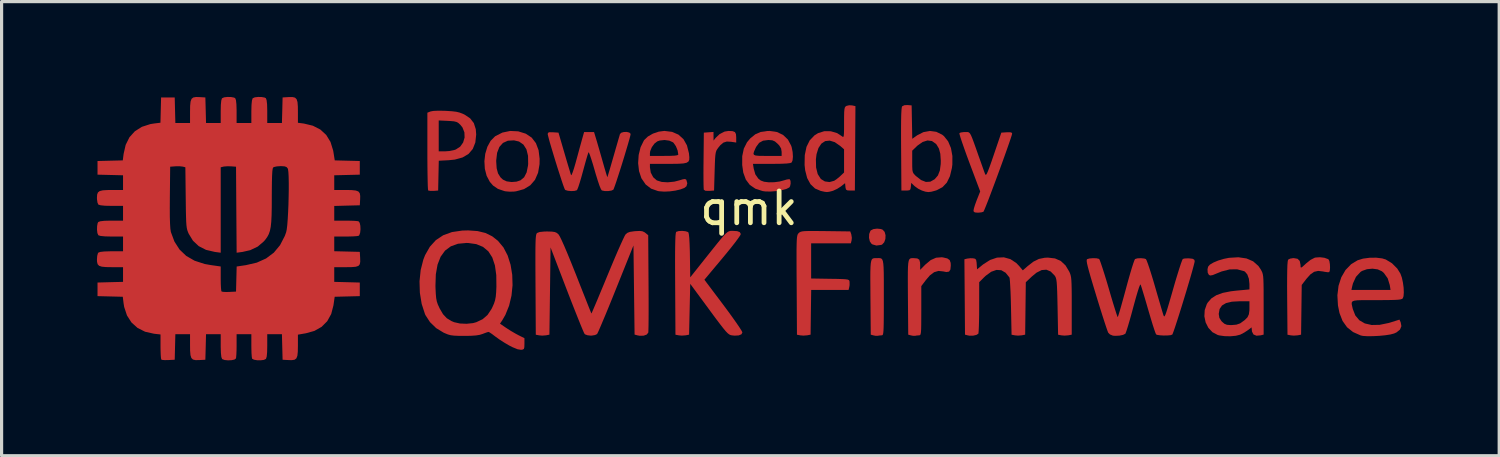
<source format=kicad_pcb>
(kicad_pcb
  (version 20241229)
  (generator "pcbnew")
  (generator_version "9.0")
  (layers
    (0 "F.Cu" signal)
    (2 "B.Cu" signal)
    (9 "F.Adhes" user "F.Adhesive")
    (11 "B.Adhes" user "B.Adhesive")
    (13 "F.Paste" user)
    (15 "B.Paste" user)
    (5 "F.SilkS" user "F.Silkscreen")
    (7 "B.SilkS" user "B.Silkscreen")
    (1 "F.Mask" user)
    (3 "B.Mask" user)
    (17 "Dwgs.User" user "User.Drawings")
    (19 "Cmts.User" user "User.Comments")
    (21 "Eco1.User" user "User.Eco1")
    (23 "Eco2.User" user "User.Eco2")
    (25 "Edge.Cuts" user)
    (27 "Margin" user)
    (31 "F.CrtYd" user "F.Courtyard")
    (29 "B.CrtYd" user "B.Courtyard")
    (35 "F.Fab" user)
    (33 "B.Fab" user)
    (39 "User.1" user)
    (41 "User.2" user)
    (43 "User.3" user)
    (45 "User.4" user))
  (footprint "qmk"
    (layer "F.Cu")
    (at 20.511 4.004)
    (property "Reference" "qmk" (at 0 -0.5 0) (unlocked yes) (layer "F.SilkS") (effects (font (size 1 1) (thickness 0.15))))
    (attr smd)
    (fp_poly (pts (xy 4.151 0.151) (xy 4.208 0.172) (xy 4.272 0.242) (xy 4.3 0.347) (xy 4.295 0.464) (xy 4.258 0.569) (xy 4.192 0.64) (xy 4.164 0.651) (xy 4.012 0.671) (xy 3.89 0.636) (xy 3.861 0.618) (xy 3.806 0.541) (xy 3.78 0.429) (xy 3.785 0.309) (xy 3.823 0.211) (xy 3.837 0.194) (xy 3.918 0.154) (xy 4.033 0.139)) (stroke (width 0) (type solid)) (fill yes) (layer "F.Cu"))
    (fp_poly (pts (xy -0.513 -2.928) (xy -0.439 -2.899) (xy -0.406 -2.835) (xy -0.398 -2.73) (xy -0.398 -2.569) (xy -0.558 -2.593) (xy -0.694 -2.601) (xy -0.8 -2.568) (xy -0.898 -2.486) (xy -0.96 -2.41) (xy -0.996 -2.36) (xy -1.023 -2.313) (xy -1.041 -2.255) (xy -1.054 -2.174) (xy -1.063 -2.059) (xy -1.07 -1.898) (xy -1.077 -1.677) (xy -1.077 -1.669) (xy -1.095 -1.059) (xy -1.247 -1.048) (xy -1.364 -1.051) (xy -1.417 -1.083) (xy -1.418 -1.084) (xy -1.422 -1.132) (xy -1.426 -1.241) (xy -1.428 -1.4) (xy -1.429 -1.6) (xy -1.428 -1.83) (xy -1.426 -2.006) (xy -1.417 -2.881) (xy -1.265 -2.892) (xy -1.113 -2.903) (xy -1.112 -2.767) (xy -1.111 -2.631) (xy -1.048 -2.713) (xy -0.919 -2.836) (xy -0.765 -2.914) (xy -0.642 -2.934)) (stroke (width 0) (type solid)) (fill yes) (layer "F.Cu"))
    (fp_poly (pts (xy 4.128 1.068) (xy 4.167 1.08) (xy 4.195 1.109) (xy 4.216 1.161) (xy 4.23 1.245) (xy 4.239 1.367) (xy 4.244 1.533) (xy 4.246 1.752) (xy 4.246 2.029) (xy 4.246 2.303) (xy 4.246 2.626) (xy 4.245 2.885) (xy 4.243 3.087) (xy 4.24 3.238) (xy 4.235 3.347) (xy 4.228 3.42) (xy 4.219 3.464) (xy 4.206 3.487) (xy 4.19 3.495) (xy 4.177 3.496) (xy 4.093 3.503) (xy 4.061 3.51) (xy 3.992 3.512) (xy 3.924 3.499) (xy 3.835 3.475) (xy 3.825 2.3) (xy 3.823 1.971) (xy 3.821 1.706) (xy 3.822 1.499) (xy 3.827 1.342) (xy 3.836 1.229) (xy 3.851 1.152) (xy 3.872 1.104) (xy 3.902 1.079) (xy 3.94 1.069) (xy 3.989 1.067) (xy 4.02 1.067) (xy 4.08 1.066)) (stroke (width 0) (type solid)) (fill yes) (layer "F.Cu"))
    (fp_poly (pts (xy 2.24 0.215) (xy 2.415 0.217) (xy 3.19 0.227) (xy 3.223 0.32) (xy 3.24 0.428) (xy 3.232 0.508) (xy 3.208 0.602) (xy 1.959 0.602) (xy 1.959 1.708) (xy 2.558 1.718) (xy 2.777 1.721) (xy 2.935 1.726) (xy 3.042 1.732) (xy 3.109 1.742) (xy 3.145 1.757) (xy 3.161 1.778) (xy 3.168 1.809) (xy 3.168 1.811) (xy 3.169 1.916) (xy 3.158 1.981) (xy 3.137 2.067) (xy 1.961 2.067) (xy 1.951 2.771) (xy 1.942 3.475) (xy 1.834 3.496) (xy 1.715 3.505) (xy 1.62 3.497) (xy 1.513 3.477) (xy 1.504 1.915) (xy 1.501 1.54) (xy 1.5 1.23) (xy 1.5 0.979) (xy 1.5 0.779) (xy 1.503 0.625) (xy 1.507 0.509) (xy 1.513 0.426) (xy 1.522 0.368) (xy 1.533 0.329) (xy 1.546 0.304) (xy 1.563 0.284) (xy 1.567 0.28) (xy 1.594 0.256) (xy 1.628 0.239) (xy 1.678 0.226) (xy 1.755 0.218) (xy 1.868 0.214) (xy 2.026 0.214)) (stroke (width 0) (type solid)) (fill yes) (layer "F.Cu"))
    (fp_poly (pts (xy 18.106 1.056) (xy 18.216 1.095) (xy 18.241 1.111) (xy 18.265 1.163) (xy 18.28 1.256) (xy 18.285 1.362) (xy 18.279 1.454) (xy 18.26 1.506) (xy 18.258 1.508) (xy 18.21 1.511) (xy 18.118 1.498) (xy 18.064 1.487) (xy 17.912 1.469) (xy 17.784 1.498) (xy 17.665 1.581) (xy 17.537 1.724) (xy 17.537 1.725) (xy 17.394 1.911) (xy 17.384 2.693) (xy 17.374 3.475) (xy 17.267 3.496) (xy 17.148 3.505) (xy 17.053 3.497) (xy 16.946 3.477) (xy 16.936 2.321) (xy 16.934 1.965) (xy 16.935 1.678) (xy 16.938 1.453) (xy 16.943 1.289) (xy 16.952 1.18) (xy 16.963 1.123) (xy 16.967 1.115) (xy 17.028 1.083) (xy 17.124 1.067) (xy 17.145 1.067) (xy 17.263 1.088) (xy 17.331 1.155) (xy 17.356 1.277) (xy 17.357 1.301) (xy 17.359 1.351) (xy 17.373 1.366) (xy 17.411 1.344) (xy 17.484 1.279) (xy 17.531 1.235) (xy 17.672 1.122) (xy 17.799 1.056) (xy 17.832 1.048) (xy 17.967 1.039)) (stroke (width 0) (type solid)) (fill yes) (layer "F.Cu"))
    (fp_poly (pts (xy 6.114 1.046) (xy 6.244 1.077) (xy 6.318 1.129) (xy 6.349 1.216) (xy 6.353 1.299) (xy 6.341 1.425) (xy 6.298 1.491) (xy 6.213 1.505) (xy 6.113 1.485) (xy 5.965 1.47) (xy 5.829 1.51) (xy 5.695 1.61) (xy 5.57 1.756) (xy 5.425 1.948) (xy 5.425 2.722) (xy 5.424 2.976) (xy 5.423 3.167) (xy 5.42 3.305) (xy 5.414 3.398) (xy 5.404 3.454) (xy 5.391 3.484) (xy 5.372 3.494) (xy 5.356 3.496) (xy 5.272 3.503) (xy 5.24 3.51) (xy 5.171 3.512) (xy 5.103 3.499) (xy 5.014 3.475) (xy 5.004 2.3) (xy 5.002 1.971) (xy 5.001 1.706) (xy 5.002 1.499) (xy 5.006 1.343) (xy 5.015 1.229) (xy 5.029 1.152) (xy 5.049 1.105) (xy 5.077 1.079) (xy 5.113 1.069) (xy 5.158 1.067) (xy 5.181 1.067) (xy 5.298 1.077) (xy 5.362 1.117) (xy 5.386 1.204) (xy 5.389 1.273) (xy 5.389 1.436) (xy 5.551 1.271) (xy 5.721 1.129) (xy 5.89 1.054) (xy 6.068 1.04)) (stroke (width 0) (type solid)) (fill yes) (layer "F.Cu"))
    (fp_poly (pts (xy -9.583 -3.568) (xy -9.53 -3.566) (xy -9.343 -3.554) (xy -9.207 -3.538) (xy -9.1 -3.512) (xy -9 -3.474) (xy -8.942 -3.446) (xy -8.768 -3.329) (xy -8.653 -3.18) (xy -8.592 -2.99) (xy -8.579 -2.821) (xy -8.606 -2.571) (xy -8.686 -2.368) (xy -8.82 -2.211) (xy -9.008 -2.1) (xy -9.252 -2.033) (xy -9.445 -2.013) (xy -9.756 -1.997) (xy -9.766 -1.528) (xy -9.776 -1.059) (xy -9.92 -1.048) (xy -10.017 -1.048) (xy -10.082 -1.058) (xy -10.09 -1.063) (xy -10.096 -1.104) (xy -10.102 -1.207) (xy -10.106 -1.366) (xy -10.11 -1.57) (xy -10.113 -1.812) (xy -10.115 -2.083) (xy -10.115 -2.298) (xy -10.115 -3.264) (xy -9.758 -3.264) (xy -9.758 -2.292) (xy -9.562 -2.292) (xy -9.418 -2.303) (xy -9.276 -2.332) (xy -9.221 -2.35) (xy -9.083 -2.44) (xy -8.99 -2.571) (xy -8.944 -2.727) (xy -8.95 -2.89) (xy -9.011 -3.044) (xy -9.076 -3.126) (xy -9.138 -3.183) (xy -9.199 -3.217) (xy -9.28 -3.237) (xy -9.402 -3.247) (xy -9.473 -3.251) (xy -9.758 -3.264) (xy -10.115 -3.264) (xy -10.115 -3.508) (xy -10.017 -3.547) (xy -9.927 -3.564) (xy -9.778 -3.571)) (stroke (width 0) (type solid)) (fill yes) (layer "F.Cu"))
    (fp_poly (pts (xy -7.257 -2.922) (xy -7.019 -2.848) (xy -6.834 -2.725) (xy -6.7 -2.551) (xy -6.616 -2.328) (xy -6.583 -2.057) (xy -6.586 -1.888) (xy -6.632 -1.618) (xy -6.729 -1.396) (xy -6.877 -1.225) (xy -7.075 -1.104) (xy -7.32 -1.036) (xy -7.385 -1.027) (xy -7.523 -1.023) (xy -7.658 -1.035) (xy -7.696 -1.043) (xy -7.896 -1.112) (xy -8.048 -1.216) (xy -8.149 -1.331) (xy -8.25 -1.522) (xy -8.307 -1.743) (xy -8.32 -1.973) (xy -7.949 -1.973) (xy -7.935 -1.76) (xy -7.892 -1.598) (xy -7.813 -1.473) (xy -7.736 -1.402) (xy -7.62 -1.348) (xy -7.469 -1.327) (xy -7.311 -1.339) (xy -7.185 -1.381) (xy -7.07 -1.477) (xy -6.992 -1.63) (xy -6.949 -1.842) (xy -6.944 -1.898) (xy -6.948 -2.152) (xy -6.998 -2.355) (xy -7.093 -2.505) (xy -7.231 -2.601) (xy -7.39 -2.638) (xy -7.583 -2.627) (xy -7.737 -2.557) (xy -7.85 -2.43) (xy -7.921 -2.246) (xy -7.949 -2.009) (xy -7.949 -1.973) (xy -8.32 -1.973) (xy -8.321 -1.98) (xy -8.294 -2.215) (xy -8.228 -2.435) (xy -8.125 -2.623) (xy -7.986 -2.764) (xy -7.977 -2.77) (xy -7.754 -2.883) (xy -7.509 -2.934)) (stroke (width 0) (type solid)) (fill yes) (layer "F.Cu"))
    (fp_poly (pts (xy 6.891 -2.899) (xy 6.924 -2.886) (xy 6.955 -2.856) (xy 6.988 -2.799) (xy 7.027 -2.708) (xy 7.077 -2.575) (xy 7.142 -2.393) (xy 7.226 -2.153) (xy 7.247 -2.095) (xy 7.308 -1.924) (xy 7.363 -1.769) (xy 7.406 -1.649) (xy 7.432 -1.579) (xy 7.433 -1.577) (xy 7.447 -1.554) (xy 7.465 -1.558) (xy 7.49 -1.595) (xy 7.524 -1.673) (xy 7.572 -1.799) (xy 7.636 -1.98) (xy 7.706 -2.184) (xy 7.943 -2.881) (xy 8.113 -2.892) (xy 8.221 -2.893) (xy 8.273 -2.877) (xy 8.283 -2.852) (xy 8.271 -2.802) (xy 8.237 -2.695) (xy 8.185 -2.542) (xy 8.118 -2.351) (xy 8.04 -2.131) (xy 7.954 -1.892) (xy 7.863 -1.643) (xy 7.771 -1.393) (xy 7.681 -1.152) (xy 7.597 -0.928) (xy 7.522 -0.732) (xy 7.458 -0.571) (xy 7.411 -0.457) (xy 7.383 -0.397) (xy 7.378 -0.391) (xy 7.316 -0.373) (xy 7.219 -0.363) (xy 7.202 -0.363) (xy 7.112 -0.37) (xy 7.074 -0.397) (xy 7.068 -0.433) (xy 7.081 -0.499) (xy 7.115 -0.609) (xy 7.163 -0.741) (xy 7.173 -0.767) (xy 7.278 -1.031) (xy 6.94 -1.931) (xy 6.851 -2.171) (xy 6.773 -2.389) (xy 6.708 -2.576) (xy 6.659 -2.724) (xy 6.63 -2.823) (xy 6.623 -2.865) (xy 6.623 -2.865) (xy 6.668 -2.886) (xy 6.758 -2.898) (xy 6.8 -2.899) (xy 6.851 -2.9)) (stroke (width 0) (type solid)) (fill yes) (layer "F.Cu"))
    (fp_poly (pts (xy 3.248 -3.738) (xy 3.353 -3.715) (xy 3.335 -1.059) (xy 3.192 -1.059) (xy 3.1 -1.064) (xy 3.057 -1.089) (xy 3.04 -1.151) (xy 3.038 -1.175) (xy 3.027 -1.291) (xy 2.895 -1.187) (xy 2.778 -1.112) (xy 2.652 -1.054) (xy 2.62 -1.044) (xy 2.525 -1.02) (xy 2.456 -1.012) (xy 2.383 -1.02) (xy 2.274 -1.044) (xy 2.264 -1.046) (xy 2.082 -1.123) (xy 1.939 -1.259) (xy 1.834 -1.452) (xy 1.771 -1.698) (xy 1.753 -1.864) (xy 1.756 -2.041) (xy 2.109 -2.041) (xy 2.115 -1.782) (xy 2.166 -1.577) (xy 2.263 -1.426) (xy 2.268 -1.421) (xy 2.39 -1.346) (xy 2.537 -1.326) (xy 2.683 -1.366) (xy 2.685 -1.367) (xy 2.76 -1.417) (xy 2.852 -1.492) (xy 2.879 -1.517) (xy 2.995 -1.627) (xy 2.995 -2.356) (xy 2.873 -2.463) (xy 2.703 -2.581) (xy 2.544 -2.63) (xy 2.402 -2.615) (xy 2.282 -2.536) (xy 2.19 -2.398) (xy 2.129 -2.204) (xy 2.109 -2.041) (xy 1.756 -2.041) (xy 1.759 -2.174) (xy 1.813 -2.433) (xy 1.916 -2.64) (xy 2.068 -2.798) (xy 2.177 -2.865) (xy 2.371 -2.926) (xy 2.577 -2.925) (xy 2.777 -2.866) (xy 2.933 -2.764) (xy 2.958 -2.746) (xy 2.975 -2.75) (xy 2.986 -2.786) (xy 2.992 -2.864) (xy 2.995 -2.992) (xy 2.995 -3.182) (xy 2.995 -3.196) (xy 2.996 -3.392) (xy 2.999 -3.528) (xy 3.007 -3.618) (xy 3.02 -3.672) (xy 3.041 -3.703) (xy 3.069 -3.722) (xy 3.157 -3.743)) (stroke (width 0) (type solid)) (fill yes) (layer "F.Cu"))
    (fp_poly (pts (xy -0.369 0.218) (xy -0.287 0.248) (xy -0.256 0.302) (xy -0.256 0.316) (xy -0.278 0.36) (xy -0.34 0.45) (xy -0.436 0.579) (xy -0.56 0.737) (xy -0.705 0.916) (xy -0.827 1.063) (xy -1.399 1.747) (xy -0.802 2.54) (xy -0.646 2.75) (xy -0.505 2.945) (xy -0.385 3.115) (xy -0.291 3.254) (xy -0.229 3.352) (xy -0.204 3.403) (xy -0.204 3.405) (xy -0.234 3.464) (xy -0.321 3.499) (xy -0.451 3.506) (xy -0.541 3.496) (xy -0.58 3.487) (xy -0.621 3.466) (xy -0.668 3.429) (xy -0.727 3.368) (xy -0.803 3.277) (xy -0.902 3.15) (xy -1.031 2.98) (xy -1.194 2.76) (xy -1.255 2.676) (xy -1.845 1.876) (xy -1.863 2.675) (xy -1.881 3.475) (xy -1.988 3.496) (xy -2.107 3.505) (xy -2.203 3.497) (xy -2.31 3.477) (xy -2.319 1.872) (xy -2.321 1.475) (xy -2.322 1.143) (xy -2.321 0.872) (xy -2.318 0.658) (xy -2.314 0.493) (xy -2.309 0.375) (xy -2.301 0.296) (xy -2.292 0.252) (xy -2.283 0.239) (xy -2.208 0.216) (xy -2.101 0.21) (xy -1.995 0.221) (xy -1.918 0.245) (xy -1.904 0.256) (xy -1.889 0.311) (xy -1.875 0.432) (xy -1.865 0.614) (xy -1.857 0.851) (xy -1.855 0.988) (xy -1.845 1.672) (xy -1.345 1.043) (xy -1.156 0.806) (xy -1.006 0.618) (xy -0.889 0.475) (xy -0.798 0.37) (xy -0.729 0.297) (xy -0.675 0.25) (xy -0.63 0.224) (xy -0.588 0.212) (xy -0.544 0.209) (xy -0.512 0.209)) (stroke (width 0) (type solid)) (fill yes) (layer "F.Cu"))
    (fp_poly (pts (xy -2.416 -2.905) (xy -2.215 -2.818) (xy -2.058 -2.676) (xy -1.948 -2.48) (xy -1.886 -2.234) (xy -1.884 -2.216) (xy -1.873 -2.107) (xy -1.876 -2.027) (xy -1.902 -1.97) (xy -1.961 -1.933) (xy -2.059 -1.912) (xy -2.208 -1.902) (xy -2.414 -1.899) (xy -2.544 -1.899) (xy -3.113 -1.899) (xy -3.113 -1.79) (xy -3.086 -1.622) (xy -3.01 -1.478) (xy -2.898 -1.38) (xy -2.893 -1.377) (xy -2.742 -1.33) (xy -2.552 -1.318) (xy -2.345 -1.339) (xy -2.189 -1.379) (xy -2.076 -1.413) (xy -2.011 -1.422) (xy -1.975 -1.405) (xy -1.967 -1.394) (xy -1.937 -1.29) (xy -1.963 -1.194) (xy -2.032 -1.14) (xy -2.154 -1.094) (xy -2.312 -1.057) (xy -2.488 -1.033) (xy -2.665 -1.025) (xy -2.824 -1.037) (xy -2.86 -1.043) (xy -3.076 -1.119) (xy -3.246 -1.249) (xy -3.376 -1.438) (xy -3.382 -1.449) (xy -3.456 -1.671) (xy -3.484 -1.921) (xy -3.469 -2.149) (xy -3.113 -2.149) (xy -2.667 -2.149) (xy -2.469 -2.151) (xy -2.334 -2.157) (xy -2.255 -2.169) (xy -2.222 -2.187) (xy -2.221 -2.193) (xy -2.242 -2.322) (xy -2.296 -2.454) (xy -2.367 -2.557) (xy -2.387 -2.576) (xy -2.503 -2.629) (xy -2.652 -2.649) (xy -2.804 -2.633) (xy -2.879 -2.607) (xy -2.971 -2.536) (xy -3.053 -2.423) (xy -3.104 -2.3) (xy -3.113 -2.236) (xy -3.113 -2.149) (xy -3.469 -2.149) (xy -3.467 -2.179) (xy -3.407 -2.422) (xy -3.305 -2.63) (xy -3.293 -2.648) (xy -3.179 -2.758) (xy -3.019 -2.85) (xy -2.836 -2.912) (xy -2.659 -2.935)) (stroke (width 0) (type solid)) (fill yes) (layer "F.Cu"))
    (fp_poly (pts (xy 0.882 -2.901) (xy 1.076 -2.809) (xy 1.228 -2.664) (xy 1.331 -2.471) (xy 1.348 -2.417) (xy 1.377 -2.269) (xy 1.386 -2.125) (xy 1.375 -2.009) (xy 1.345 -1.941) (xy 1.297 -1.923) (xy 1.192 -1.91) (xy 1.025 -1.902) (xy 0.793 -1.899) (xy 0.715 -1.899) (xy 0.128 -1.899) (xy 0.153 -1.747) (xy 0.204 -1.567) (xy 0.298 -1.434) (xy 0.375 -1.374) (xy 0.479 -1.336) (xy 0.628 -1.318) (xy 0.801 -1.321) (xy 0.972 -1.344) (xy 1.097 -1.378) (xy 1.196 -1.407) (xy 1.268 -1.417) (xy 1.284 -1.414) (xy 1.311 -1.363) (xy 1.314 -1.278) (xy 1.297 -1.196) (xy 1.272 -1.156) (xy 1.179 -1.109) (xy 1.036 -1.071) (xy 0.865 -1.042) (xy 0.687 -1.028) (xy 0.524 -1.03) (xy 0.435 -1.042) (xy 0.207 -1.116) (xy 0.031 -1.235) (xy -0.096 -1.404) (xy -0.176 -1.624) (xy -0.21 -1.861) (xy -0.209 -2.143) (xy -0.191 -2.225) (xy 0.145 -2.225) (xy 0.159 -2.184) (xy 0.213 -2.161) (xy 0.317 -2.151) (xy 0.479 -2.149) (xy 0.584 -2.149) (xy 1.031 -2.149) (xy 1.031 -2.277) (xy 1.014 -2.382) (xy 0.957 -2.476) (xy 0.909 -2.527) (xy 0.821 -2.604) (xy 0.737 -2.64) (xy 0.622 -2.649) (xy 0.613 -2.649) (xy 0.446 -2.628) (xy 0.323 -2.56) (xy 0.23 -2.434) (xy 0.206 -2.385) (xy 0.164 -2.29) (xy 0.145 -2.225) (xy -0.191 -2.225) (xy -0.159 -2.378) (xy -0.059 -2.577) (xy 0.046 -2.702) (xy 0.201 -2.828) (xy 0.371 -2.902) (xy 0.576 -2.932) (xy 0.655 -2.934)) (stroke (width 0) (type solid)) (fill yes) (layer "F.Cu"))
    (fp_poly (pts (xy 5.121 -3.738) (xy 5.131 -3.213) (xy 5.141 -2.687) (xy 5.294 -2.796) (xy 5.492 -2.897) (xy 5.697 -2.934) (xy 5.897 -2.907) (xy 6.081 -2.817) (xy 6.139 -2.77) (xy 6.269 -2.607) (xy 6.358 -2.396) (xy 6.403 -2.148) (xy 6.402 -1.877) (xy 6.388 -1.768) (xy 6.326 -1.51) (xy 6.229 -1.31) (xy 6.093 -1.166) (xy 5.916 -1.072) (xy 5.875 -1.058) (xy 5.742 -1.022) (xy 5.647 -1.011) (xy 5.557 -1.023) (xy 5.447 -1.058) (xy 5.328 -1.116) (xy 5.219 -1.194) (xy 5.209 -1.203) (xy 5.108 -1.3) (xy 5.097 -1.179) (xy 5.084 -1.102) (xy 5.051 -1.068) (xy 4.976 -1.059) (xy 4.942 -1.059) (xy 4.799 -1.059) (xy 4.793 -1.97) (xy 5.139 -1.97) (xy 5.14 -1.811) (xy 5.145 -1.705) (xy 5.16 -1.636) (xy 5.188 -1.586) (xy 5.235 -1.536) (xy 5.255 -1.517) (xy 5.419 -1.389) (xy 5.569 -1.33) (xy 5.709 -1.338) (xy 5.843 -1.413) (xy 5.848 -1.418) (xy 5.948 -1.534) (xy 6.009 -1.69) (xy 6.036 -1.895) (xy 6.038 -2.003) (xy 6.023 -2.217) (xy 5.98 -2.379) (xy 5.905 -2.505) (xy 5.882 -2.531) (xy 5.76 -2.617) (xy 5.62 -2.635) (xy 5.467 -2.587) (xy 5.306 -2.474) (xy 5.273 -2.443) (xy 5.139 -2.313) (xy 5.139 -1.97) (xy 4.793 -1.97) (xy 4.79 -2.359) (xy 4.788 -2.728) (xy 4.788 -3.031) (xy 4.79 -3.271) (xy 4.794 -3.455) (xy 4.801 -3.585) (xy 4.81 -3.668) (xy 4.821 -3.708) (xy 4.823 -3.709) (xy 4.893 -3.744) (xy 4.993 -3.749)) (stroke (width 0) (type solid)) (fill yes) (layer "F.Cu"))
    (fp_poly (pts (xy 19.926 1.076) (xy 20.038 1.11) (xy 20.234 1.229) (xy 20.401 1.397) (xy 20.5 1.557) (xy 20.545 1.682) (xy 20.578 1.835) (xy 20.6 1.997) (xy 20.606 2.148) (xy 20.597 2.267) (xy 20.572 2.334) (xy 20.547 2.352) (xy 20.501 2.366) (xy 20.423 2.376) (xy 20.307 2.382) (xy 20.142 2.386) (xy 19.92 2.388) (xy 19.746 2.388) (xy 19.484 2.388) (xy 19.286 2.389) (xy 19.143 2.394) (xy 19.048 2.406) (xy 18.992 2.428) (xy 18.968 2.464) (xy 18.967 2.516) (xy 18.982 2.588) (xy 19.002 2.671) (xy 19.08 2.871) (xy 19.207 3.022) (xy 19.379 3.122) (xy 19.593 3.171) (xy 19.846 3.166) (xy 20.133 3.107) (xy 20.197 3.088) (xy 20.469 3.002) (xy 20.507 3.085) (xy 20.53 3.207) (xy 20.486 3.315) (xy 20.376 3.404) (xy 20.301 3.438) (xy 20.185 3.469) (xy 20.024 3.494) (xy 19.837 3.512) (xy 19.644 3.522) (xy 19.466 3.524) (xy 19.322 3.515) (xy 19.25 3.5) (xy 19.009 3.393) (xy 18.82 3.242) (xy 18.679 3.044) (xy 18.582 2.794) (xy 18.534 2.557) (xy 18.516 2.236) (xy 18.537 2.067) (xy 18.958 2.067) (xy 20.188 2.067) (xy 20.164 1.915) (xy 20.099 1.703) (xy 19.98 1.536) (xy 19.917 1.481) (xy 19.784 1.421) (xy 19.618 1.399) (xy 19.446 1.416) (xy 19.293 1.47) (xy 19.243 1.502) (xy 19.101 1.656) (xy 19.006 1.862) (xy 18.983 1.951) (xy 18.958 2.067) (xy 18.537 2.067) (xy 18.552 1.938) (xy 18.639 1.67) (xy 18.772 1.441) (xy 18.949 1.258) (xy 19.152 1.135) (xy 19.322 1.083) (xy 19.525 1.056) (xy 19.736 1.053)) (stroke (width 0) (type solid)) (fill yes) (layer "F.Cu"))
    (fp_poly (pts (xy 8.228 1.099) (xy 8.414 1.221) (xy 8.502 1.313) (xy 8.619 1.452) (xy 8.773 1.317) (xy 8.954 1.177) (xy 9.124 1.093) (xy 9.306 1.056) (xy 9.408 1.051) (xy 9.632 1.077) (xy 9.814 1.157) (xy 9.962 1.296) (xy 10.082 1.495) (xy 10.105 1.549) (xy 10.123 1.604) (xy 10.137 1.672) (xy 10.146 1.761) (xy 10.152 1.881) (xy 10.156 2.042) (xy 10.158 2.254) (xy 10.158 2.527) (xy 10.158 2.565) (xy 10.158 3.475) (xy 10.051 3.496) (xy 9.932 3.505) (xy 9.837 3.497) (xy 9.729 3.477) (xy 9.712 2.596) (xy 9.706 2.321) (xy 9.7 2.108) (xy 9.693 1.947) (xy 9.685 1.831) (xy 9.674 1.748) (xy 9.66 1.691) (xy 9.642 1.649) (xy 9.619 1.614) (xy 9.495 1.488) (xy 9.36 1.431) (xy 9.212 1.443) (xy 9.05 1.525) (xy 8.904 1.645) (xy 8.713 1.826) (xy 8.703 2.65) (xy 8.693 3.475) (xy 8.586 3.496) (xy 8.467 3.505) (xy 8.372 3.497) (xy 8.265 3.477) (xy 8.247 2.602) (xy 8.241 2.357) (xy 8.233 2.134) (xy 8.223 1.944) (xy 8.214 1.796) (xy 8.204 1.702) (xy 8.197 1.674) (xy 8.078 1.527) (xy 7.942 1.448) (xy 7.79 1.438) (xy 7.625 1.496) (xy 7.451 1.623) (xy 7.398 1.673) (xy 7.247 1.825) (xy 7.246 2.616) (xy 7.245 2.848) (xy 7.241 3.056) (xy 7.236 3.231) (xy 7.23 3.36) (xy 7.223 3.434) (xy 7.219 3.445) (xy 7.159 3.483) (xy 7.058 3.506) (xy 6.946 3.508) (xy 6.889 3.498) (xy 6.8 3.475) (xy 6.791 2.289) (xy 6.781 1.104) (xy 6.867 1.082) (xy 6.969 1.07) (xy 7.055 1.073) (xy 7.117 1.086) (xy 7.15 1.121) (xy 7.164 1.198) (xy 7.168 1.253) (xy 7.179 1.421) (xy 7.369 1.266) (xy 7.587 1.126) (xy 7.807 1.051) (xy 8.023 1.042)) (stroke (width 0) (type solid)) (fill yes) (layer "F.Cu"))
    (fp_poly (pts (xy 15.655 1.077) (xy 15.865 1.168) (xy 16.031 1.314) (xy 16.106 1.425) (xy 16.133 1.475) (xy 16.154 1.521) (xy 16.169 1.575) (xy 16.181 1.646) (xy 16.188 1.742) (xy 16.192 1.873) (xy 16.195 2.048) (xy 16.195 2.278) (xy 16.196 2.529) (xy 16.196 3.473) (xy 16.106 3.496) (xy 15.97 3.508) (xy 15.876 3.469) (xy 15.83 3.38) (xy 15.827 3.36) (xy 15.816 3.246) (xy 15.7 3.334) (xy 15.586 3.409) (xy 15.463 3.473) (xy 15.453 3.477) (xy 15.321 3.51) (xy 15.149 3.526) (xy 14.967 3.522) (xy 14.803 3.499) (xy 14.753 3.486) (xy 14.586 3.398) (xy 14.457 3.261) (xy 14.371 3.09) (xy 14.331 2.898) (xy 14.335 2.828) (xy 14.784 2.828) (xy 14.803 2.947) (xy 14.868 3.048) (xy 14.889 3.07) (xy 14.964 3.134) (xy 15.042 3.165) (xy 15.155 3.174) (xy 15.185 3.174) (xy 15.34 3.16) (xy 15.454 3.121) (xy 15.464 3.115) (xy 15.601 3.016) (xy 15.687 2.929) (xy 15.731 2.835) (xy 15.748 2.714) (xy 15.749 2.65) (xy 15.749 2.424) (xy 15.444 2.424) (xy 15.197 2.438) (xy 15.012 2.482) (xy 14.885 2.558) (xy 14.81 2.669) (xy 14.784 2.817) (xy 14.784 2.828) (xy 14.335 2.828) (xy 14.342 2.702) (xy 14.408 2.514) (xy 14.439 2.463) (xy 14.552 2.334) (xy 14.706 2.235) (xy 14.908 2.161) (xy 15.167 2.11) (xy 15.339 2.09) (xy 15.749 2.052) (xy 15.749 1.879) (xy 15.731 1.715) (xy 15.682 1.58) (xy 15.608 1.493) (xy 15.581 1.478) (xy 15.361 1.419) (xy 15.127 1.422) (xy 14.872 1.487) (xy 14.72 1.549) (xy 14.598 1.599) (xy 14.522 1.614) (xy 14.476 1.598) (xy 14.476 1.598) (xy 14.436 1.525) (xy 14.43 1.417) (xy 14.449 1.336) (xy 14.505 1.272) (xy 14.616 1.206) (xy 14.766 1.143) (xy 14.939 1.091) (xy 15.104 1.058) (xy 15.4 1.04)) (stroke (width 0) (type solid)) (fill yes) (layer "F.Cu"))
    (fp_poly (pts (xy -3.354 0.221) (xy -3.29 0.249) (xy -3.256 0.273) (xy -3.167 0.346) (xy -3.157 1.84) (xy -3.155 2.163) (xy -3.154 2.465) (xy -3.154 2.739) (xy -3.155 2.977) (xy -3.157 3.171) (xy -3.16 3.313) (xy -3.163 3.395) (xy -3.165 3.411) (xy -3.214 3.472) (xy -3.31 3.507) (xy -3.434 3.51) (xy -3.505 3.497) (xy -3.596 3.473) (xy -3.631 0.669) (xy -4.181 2.038) (xy -4.3 2.334) (xy -4.413 2.611) (xy -4.516 2.861) (xy -4.607 3.076) (xy -4.681 3.251) (xy -4.736 3.376) (xy -4.77 3.445) (xy -4.776 3.456) (xy -4.84 3.487) (xy -4.94 3.504) (xy -4.971 3.506) (xy -5.076 3.494) (xy -5.153 3.466) (xy -5.166 3.456) (xy -5.189 3.413) (xy -5.234 3.31) (xy -5.298 3.155) (xy -5.378 2.956) (xy -5.472 2.72) (xy -5.577 2.454) (xy -5.689 2.165) (xy -5.726 2.069) (xy -6.239 0.731) (xy -6.257 2.103) (xy -6.275 3.475) (xy -6.382 3.496) (xy -6.501 3.505) (xy -6.597 3.497) (xy -6.704 3.477) (xy -6.713 1.901) (xy -6.715 1.522) (xy -6.716 1.209) (xy -6.716 0.954) (xy -6.715 0.751) (xy -6.712 0.595) (xy -6.708 0.478) (xy -6.701 0.395) (xy -6.693 0.338) (xy -6.682 0.303) (xy -6.669 0.282) (xy -6.663 0.276) (xy -6.58 0.245) (xy -6.43 0.23) (xy -6.339 0.229) (xy -6.197 0.233) (xy -6.105 0.246) (xy -6.042 0.274) (xy -5.99 0.319) (xy -5.952 0.378) (xy -5.892 0.5) (xy -5.811 0.68) (xy -5.711 0.915) (xy -5.594 1.201) (xy -5.461 1.532) (xy -5.433 1.602) (xy -5.325 1.878) (xy -5.225 2.131) (xy -5.136 2.355) (xy -5.062 2.543) (xy -5.005 2.686) (xy -4.968 2.777) (xy -4.954 2.809) (xy -4.939 2.78) (xy -4.9 2.691) (xy -4.84 2.551) (xy -4.762 2.367) (xy -4.67 2.145) (xy -4.565 1.894) (xy -4.452 1.62) (xy -4.449 1.613) (xy -4.333 1.334) (xy -4.223 1.072) (xy -4.122 0.837) (xy -4.033 0.637) (xy -3.961 0.479) (xy -3.909 0.371) (xy -3.881 0.323) (xy -3.822 0.272) (xy -3.741 0.241) (xy -3.616 0.223) (xy -3.577 0.219) (xy -3.442 0.212)) (stroke (width 0) (type solid)) (fill yes) (layer "F.Cu"))
    (fp_poly (pts (xy -8.535 0.216) (xy -8.288 0.276) (xy -8.076 0.38) (xy -7.893 0.524) (xy -7.721 0.731) (xy -7.589 0.985) (xy -7.497 1.276) (xy -7.445 1.592) (xy -7.435 1.919) (xy -7.468 2.246) (xy -7.543 2.562) (xy -7.661 2.854) (xy -7.756 3.018) (xy -7.83 3.129) (xy -7.642 3.258) (xy -7.5 3.35) (xy -7.342 3.442) (xy -7.258 3.487) (xy -7.061 3.586) (xy -7.061 3.764) (xy -7.064 3.87) (xy -7.079 3.924) (xy -7.118 3.945) (xy -7.168 3.952) (xy -7.278 3.934) (xy -7.439 3.868) (xy -7.542 3.815) (xy -7.694 3.726) (xy -7.849 3.626) (xy -7.974 3.536) (xy -7.984 3.529) (xy -8.08 3.456) (xy -8.156 3.405) (xy -8.19 3.389) (xy -8.239 3.401) (xy -8.328 3.433) (xy -8.373 3.451) (xy -8.468 3.481) (xy -8.587 3.5) (xy -8.746 3.511) (xy -8.954 3.514) (xy -9.142 3.512) (xy -9.277 3.506) (xy -9.379 3.493) (xy -9.468 3.469) (xy -9.561 3.431) (xy -9.606 3.411) (xy -9.839 3.269) (xy -10.033 3.08) (xy -10.175 2.861) (xy -10.191 2.826) (xy -10.294 2.508) (xy -10.351 2.159) (xy -10.358 1.94) (xy -9.861 1.94) (xy -9.859 2.005) (xy -9.85 2.19) (xy -9.838 2.325) (xy -9.818 2.43) (xy -9.786 2.525) (xy -9.737 2.631) (xy -9.728 2.651) (xy -9.622 2.832) (xy -9.503 2.959) (xy -9.351 3.05) (xy -9.269 3.084) (xy -9.09 3.124) (xy -8.883 3.133) (xy -8.681 3.112) (xy -8.577 3.084) (xy -8.377 2.989) (xy -8.222 2.855) (xy -8.098 2.669) (xy -8.068 2.608) (xy -8.018 2.495) (xy -7.985 2.394) (xy -7.964 2.284) (xy -7.951 2.144) (xy -7.943 1.965) (xy -7.947 1.601) (xy -7.99 1.295) (xy -8.073 1.046) (xy -8.197 0.853) (xy -8.364 0.714) (xy -8.575 0.627) (xy -8.83 0.591) (xy -8.883 0.59) (xy -9.152 0.615) (xy -9.377 0.696) (xy -9.559 0.831) (xy -9.698 1.023) (xy -9.795 1.272) (xy -9.849 1.577) (xy -9.861 1.94) (xy -10.358 1.94) (xy -10.362 1.798) (xy -10.326 1.444) (xy -10.243 1.117) (xy -10.187 0.973) (xy -10.036 0.708) (xy -9.847 0.5) (xy -9.616 0.347) (xy -9.34 0.247) (xy -9.017 0.2) (xy -8.829 0.195)) (stroke (width 0) (type solid)) (fill yes) (layer "F.Cu"))
    (fp_poly (pts (xy -3.763 -2.884) (xy -3.722 -2.846) (xy -3.721 -2.836) (xy -3.731 -2.781) (xy -3.76 -2.671) (xy -3.804 -2.517) (xy -3.859 -2.332) (xy -3.921 -2.125) (xy -3.987 -1.91) (xy -4.054 -1.698) (xy -4.118 -1.5) (xy -4.174 -1.328) (xy -4.221 -1.194) (xy -4.253 -1.109) (xy -4.264 -1.086) (xy -4.323 -1.058) (xy -4.422 -1.043) (xy -4.532 -1.043) (xy -4.623 -1.061) (xy -4.625 -1.061) (xy -4.655 -1.104) (xy -4.699 -1.209) (xy -4.754 -1.372) (xy -4.82 -1.585) (xy -4.849 -1.687) (xy -4.905 -1.88) (xy -4.957 -2.045) (xy -4.999 -2.171) (xy -5.03 -2.247) (xy -5.044 -2.265) (xy -5.06 -2.223) (xy -5.091 -2.124) (xy -5.133 -1.98) (xy -5.182 -1.803) (xy -5.219 -1.667) (xy -5.272 -1.474) (xy -5.322 -1.306) (xy -5.365 -1.174) (xy -5.398 -1.091) (xy -5.412 -1.069) (xy -5.484 -1.048) (xy -5.588 -1.042) (xy -5.694 -1.052) (xy -5.77 -1.074) (xy -5.785 -1.086) (xy -5.806 -1.132) (xy -5.844 -1.236) (xy -5.894 -1.384) (xy -5.953 -1.567) (xy -6.019 -1.771) (xy -6.086 -1.986) (xy -6.151 -2.2) (xy -6.211 -2.4) (xy -6.263 -2.576) (xy -6.301 -2.717) (xy -6.324 -2.809) (xy -6.329 -2.838) (xy -6.318 -2.877) (xy -6.275 -2.894) (xy -6.182 -2.893) (xy -6.159 -2.892) (xy -5.99 -2.881) (xy -5.802 -2.238) (xy -5.742 -2.032) (xy -5.687 -1.847) (xy -5.641 -1.696) (xy -5.609 -1.59) (xy -5.593 -1.541) (xy -5.576 -1.555) (xy -5.546 -1.627) (xy -5.505 -1.748) (xy -5.458 -1.907) (xy -5.431 -2.006) (xy -5.376 -2.206) (xy -5.324 -2.398) (xy -5.278 -2.564) (xy -5.245 -2.685) (xy -5.237 -2.711) (xy -5.184 -2.899) (xy -4.871 -2.899) (xy -4.798 -2.658) (xy -4.76 -2.529) (xy -4.709 -2.354) (xy -4.652 -2.155) (xy -4.595 -1.955) (xy -4.592 -1.944) (xy -4.543 -1.773) (xy -4.501 -1.631) (xy -4.47 -1.53) (xy -4.453 -1.482) (xy -4.451 -1.48) (xy -4.44 -1.515) (xy -4.412 -1.608) (xy -4.37 -1.748) (xy -4.319 -1.925) (xy -4.261 -2.126) (xy -4.259 -2.131) (xy -4.2 -2.338) (xy -4.146 -2.524) (xy -4.102 -2.677) (xy -4.07 -2.785) (xy -4.056 -2.836) (xy -4.013 -2.879) (xy -3.933 -2.901) (xy -3.841 -2.903)) (stroke (width 0) (type solid)) (fill yes) (layer "F.Cu"))
    (fp_poly (pts (xy 12.437 1.079) (xy 12.491 1.097) (xy 12.514 1.139) (xy 12.552 1.239) (xy 12.603 1.388) (xy 12.663 1.576) (xy 12.729 1.792) (xy 12.768 1.927) (xy 12.836 2.162) (xy 12.9 2.381) (xy 12.956 2.572) (xy 13.001 2.724) (xy 13.031 2.824) (xy 13.04 2.852) (xy 13.053 2.886) (xy 13.066 2.901) (xy 13.082 2.891) (xy 13.103 2.85) (xy 13.133 2.77) (xy 13.172 2.645) (xy 13.225 2.468) (xy 13.293 2.234) (xy 13.346 2.048) (xy 13.417 1.802) (xy 13.485 1.578) (xy 13.545 1.386) (xy 13.595 1.235) (xy 13.632 1.135) (xy 13.653 1.093) (xy 13.653 1.093) (xy 13.712 1.078) (xy 13.812 1.074) (xy 13.856 1.075) (xy 13.959 1.087) (xy 14.01 1.114) (xy 14.027 1.158) (xy 14.019 1.207) (xy 13.992 1.314) (xy 13.95 1.469) (xy 13.895 1.662) (xy 13.83 1.882) (xy 13.759 2.121) (xy 13.684 2.367) (xy 13.609 2.611) (xy 13.536 2.844) (xy 13.469 3.053) (xy 13.411 3.231) (xy 13.364 3.367) (xy 13.332 3.451) (xy 13.321 3.473) (xy 13.268 3.491) (xy 13.168 3.5) (xy 13.048 3.502) (xy 12.931 3.495) (xy 12.843 3.481) (xy 12.813 3.467) (xy 12.793 3.424) (xy 12.757 3.322) (xy 12.708 3.172) (xy 12.651 2.985) (xy 12.588 2.772) (xy 12.563 2.687) (xy 12.499 2.466) (xy 12.44 2.266) (xy 12.389 2.099) (xy 12.351 1.975) (xy 12.327 1.905) (xy 12.323 1.895) (xy 12.306 1.913) (xy 12.274 1.993) (xy 12.231 2.128) (xy 12.177 2.31) (xy 12.116 2.532) (xy 12.09 2.627) (xy 12.029 2.854) (xy 11.971 3.058) (xy 11.92 3.23) (xy 11.879 3.359) (xy 11.851 3.433) (xy 11.843 3.447) (xy 11.771 3.483) (xy 11.656 3.506) (xy 11.526 3.512) (xy 11.452 3.506) (xy 11.361 3.468) (xy 11.306 3.413) (xy 11.285 3.361) (xy 11.246 3.249) (xy 11.192 3.086) (xy 11.126 2.881) (xy 11.051 2.644) (xy 10.97 2.382) (xy 10.925 2.234) (xy 10.831 1.924) (xy 10.757 1.675) (xy 10.702 1.481) (xy 10.663 1.335) (xy 10.639 1.231) (xy 10.629 1.162) (xy 10.63 1.121) (xy 10.641 1.101) (xy 10.642 1.1) (xy 10.715 1.078) (xy 10.824 1.069) (xy 10.934 1.072) (xy 11.013 1.09) (xy 11.02 1.094) (xy 11.041 1.134) (xy 11.077 1.234) (xy 11.127 1.383) (xy 11.188 1.574) (xy 11.256 1.795) (xy 11.323 2.022) (xy 11.393 2.263) (xy 11.458 2.48) (xy 11.515 2.663) (xy 11.56 2.804) (xy 11.591 2.894) (xy 11.604 2.924) (xy 11.618 2.891) (xy 11.648 2.798) (xy 11.691 2.654) (xy 11.743 2.468) (xy 11.804 2.249) (xy 11.865 2.024) (xy 11.931 1.781) (xy 11.994 1.56) (xy 12.05 1.372) (xy 12.097 1.226) (xy 12.132 1.13) (xy 12.15 1.096) (xy 12.225 1.074) (xy 12.333 1.069)) (stroke (width 0) (type solid)) (fill yes) (layer "F.Cu"))
    (fp_poly (pts (xy -15.324 -4.001) (xy -15.23 -3.983) (xy -15.195 -3.963) (xy -15.173 -3.902) (xy -15.158 -3.774) (xy -15.153 -3.584) (xy -15.153 -3.553) (xy -15.153 -3.185) (xy -14.691 -3.185) (xy -14.68 -3.587) (xy -14.67 -3.988) (xy -14.475 -4) (xy -14.359 -4.001) (xy -14.279 -3.982) (xy -14.229 -3.933) (xy -14.201 -3.843) (xy -14.19 -3.701) (xy -14.188 -3.538) (xy -14.188 -3.191) (xy -14 -3.167) (xy -13.718 -3.099) (xy -13.483 -2.979) (xy -13.297 -2.808) (xy -13.162 -2.587) (xy -13.079 -2.317) (xy -13.071 -2.273) (xy -13.029 -2.008) (xy -12.635 -1.998) (xy -12.241 -1.988) (xy -12.241 -1.559) (xy -12.643 -1.549) (xy -13.045 -1.539) (xy -13.045 -1.077) (xy -12.694 -1.077) (xy -12.501 -1.074) (xy -12.368 -1.06) (xy -12.286 -1.03) (xy -12.242 -0.975) (xy -12.228 -0.89) (xy -12.23 -0.79) (xy -12.241 -0.595) (xy -12.643 -0.585) (xy -13.045 -0.574) (xy -13.045 -0.112) (xy -12.691 -0.112) (xy -12.533 -0.11) (xy -12.399 -0.105) (xy -12.307 -0.096) (xy -12.28 -0.091) (xy -12.244 -0.043) (xy -12.224 0.049) (xy -12.219 0.161) (xy -12.23 0.268) (xy -12.257 0.345) (xy -12.28 0.366) (xy -12.338 0.375) (xy -12.45 0.383) (xy -12.595 0.387) (xy -12.691 0.388) (xy -13.045 0.388) (xy -13.045 0.85) (xy -12.241 0.87) (xy -12.23 1.06) (xy -12.227 1.18) (xy -12.242 1.261) (xy -12.285 1.312) (xy -12.369 1.339) (xy -12.502 1.35) (xy -12.674 1.352) (xy -13.045 1.352) (xy -13.045 1.814) (xy -12.241 1.835) (xy -12.241 2.263) (xy -13.031 2.283) (xy -13.07 2.553) (xy -13.14 2.824) (xy -13.265 3.051) (xy -13.442 3.229) (xy -13.669 3.357) (xy -13.935 3.431) (xy -14.188 3.475) (xy -14.188 3.818) (xy -14.191 4.009) (xy -14.205 4.14) (xy -14.237 4.222) (xy -14.293 4.264) (xy -14.38 4.277) (xy -14.475 4.275) (xy -14.67 4.264) (xy -14.691 3.46) (xy -15.153 3.46) (xy -15.153 3.828) (xy -15.157 4.027) (xy -15.17 4.164) (xy -15.192 4.234) (xy -15.195 4.239) (xy -15.26 4.269) (xy -15.361 4.282) (xy -15.473 4.28) (xy -15.57 4.263) (xy -15.627 4.233) (xy -15.631 4.225) (xy -15.64 4.167) (xy -15.648 4.055) (xy -15.652 3.91) (xy -15.653 3.814) (xy -15.653 3.46) (xy -16.117 3.46) (xy -16.117 3.814) (xy -16.119 3.972) (xy -16.125 4.106) (xy -16.133 4.198) (xy -16.139 4.225) (xy -16.185 4.259) (xy -16.276 4.278) (xy -16.387 4.283) (xy -16.492 4.273) (xy -16.566 4.246) (xy -16.574 4.239) (xy -16.597 4.177) (xy -16.611 4.049) (xy -16.617 3.859) (xy -16.617 3.828) (xy -16.617 3.46) (xy -17.079 3.46) (xy -17.089 3.862) (xy -17.1 4.264) (xy -17.295 4.275) (xy -17.41 4.276) (xy -17.49 4.258) (xy -17.54 4.209) (xy -17.568 4.12) (xy -17.58 3.979) (xy -17.582 3.81) (xy -17.582 3.46) (xy -18.044 3.46) (xy -18.054 3.862) (xy -18.064 4.264) (xy -18.262 4.274) (xy -18.376 4.276) (xy -18.458 4.269) (xy -18.485 4.259) (xy -18.496 4.215) (xy -18.504 4.116) (xy -18.509 3.976) (xy -18.511 3.852) (xy -18.511 3.469) (xy -18.716 3.446) (xy -18.996 3.383) (xy -19.234 3.263) (xy -19.425 3.091) (xy -19.566 2.871) (xy -19.654 2.604) (xy -19.673 2.488) (xy -19.698 2.283) (xy -20.493 2.263) (xy -20.493 1.835) (xy -20.091 1.824) (xy -19.69 1.814) (xy -19.69 1.352) (xy -20.031 1.352) (xy -20.225 1.349) (xy -20.359 1.336) (xy -20.443 1.308) (xy -20.489 1.259) (xy -20.508 1.183) (xy -20.511 1.108) (xy -20.503 0.998) (xy -20.481 0.916) (xy -20.468 0.895) (xy -20.407 0.872) (xy -20.279 0.858) (xy -20.089 0.852) (xy -20.058 0.852) (xy -19.69 0.852) (xy -19.69 0.388) (xy -20.058 0.388) (xy -20.256 0.383) (xy -20.393 0.37) (xy -20.464 0.349) (xy -20.468 0.345) (xy -20.497 0.279) (xy -20.509 0.173) (xy -20.506 0.059) (xy -20.488 -0.035) (xy -20.468 -0.07) (xy -20.407 -0.092) (xy -20.279 -0.107) (xy -20.089 -0.112) (xy -20.058 -0.112) (xy -19.69 -0.112) (xy -19.69 -0.513) (xy -18.219 -0.513) (xy -18.218 -0.231) (xy -18.211 -0.014) (xy -18.201 0.142) (xy -18.186 0.239) (xy -18.185 0.245) (xy -18.073 0.546) (xy -17.912 0.797) (xy -17.701 0.998) (xy -17.438 1.149) (xy -17.124 1.251) (xy -16.935 1.285) (xy -16.617 1.33) (xy -16.617 1.71) (xy -16.615 1.869) (xy -16.609 2) (xy -16.6 2.088) (xy -16.592 2.116) (xy -16.545 2.128) (xy -16.45 2.133) (xy -16.351 2.131) (xy -16.135 2.12) (xy -16.115 1.331) (xy -15.824 1.288) (xy -15.482 1.209) (xy -15.19 1.078) (xy -14.946 0.895) (xy -14.75 0.659) (xy -14.6 0.369) (xy -14.557 0.249) (xy -14.539 0.16) (xy -14.522 0.017) (xy -14.508 -0.169) (xy -14.496 -0.386) (xy -14.486 -0.62) (xy -14.48 -0.86) (xy -14.476 -1.095) (xy -14.476 -1.311) (xy -14.48 -1.498) (xy -14.488 -1.642) (xy -14.5 -1.732) (xy -14.506 -1.75) (xy -14.544 -1.797) (xy -14.606 -1.82) (xy -14.714 -1.827) (xy -14.736 -1.827) (xy -14.851 -1.819) (xy -14.939 -1.8) (xy -14.967 -1.784) (xy -14.982 -1.746) (xy -14.993 -1.661) (xy -15.001 -1.523) (xy -15.006 -1.328) (xy -15.009 -1.07) (xy -15.01 -0.862) (xy -15.011 -0.543) (xy -15.016 -0.286) (xy -15.026 -0.081) (xy -15.043 0.081) (xy -15.069 0.209) (xy -15.105 0.313) (xy -15.153 0.402) (xy -15.214 0.487) (xy -15.258 0.538) (xy -15.45 0.703) (xy -15.689 0.817) (xy -15.931 0.872) (xy -16.116 0.897) (xy -16.126 -0.456) (xy -16.135 -1.809) (xy -16.293 -1.821) (xy -16.411 -1.823) (xy -16.513 -1.815) (xy -16.534 -1.811) (xy -16.617 -1.79) (xy -16.617 0.897) (xy -16.803 0.872) (xy -17.08 0.807) (xy -17.308 0.69) (xy -17.49 0.519) (xy -17.625 0.298) (xy -17.649 0.241) (xy -17.669 0.185) (xy -17.684 0.118) (xy -17.695 0.033) (xy -17.703 -0.082) (xy -17.708 -0.234) (xy -17.713 -0.434) (xy -17.716 -0.692) (xy -17.718 -0.836) (xy -17.729 -1.791) (xy -17.81 -1.812) (xy -17.897 -1.822) (xy -18.014 -1.823) (xy -18.049 -1.821) (xy -18.207 -1.809) (xy -18.217 -0.863) (xy -18.219 -0.513) (xy -19.69 -0.513) (xy -19.69 -0.577) (xy -20.058 -0.577) (xy -20.256 -0.581) (xy -20.393 -0.595) (xy -20.464 -0.616) (xy -20.468 -0.62) (xy -20.494 -0.679) (xy -20.509 -0.78) (xy -20.511 -0.833) (xy -20.505 -0.931) (xy -20.48 -0.999) (xy -20.425 -1.042) (xy -20.328 -1.066) (xy -20.179 -1.075) (xy -20.031 -1.077) (xy -19.69 -1.077) (xy -19.69 -1.539) (xy -20.091 -1.549) (xy -20.493 -1.559) (xy -20.493 -1.988) (xy -20.095 -1.998) (xy -19.698 -2.008) (xy -19.672 -2.212) (xy -19.607 -2.497) (xy -19.488 -2.736) (xy -19.317 -2.925) (xy -19.097 -3.064) (xy -18.83 -3.15) (xy -18.717 -3.168) (xy -18.513 -3.193) (xy -18.493 -3.988) (xy -18.064 -3.988) (xy -18.054 -3.587) (xy -18.044 -3.185) (xy -17.582 -3.185) (xy -17.582 -3.535) (xy -17.579 -3.728) (xy -17.565 -3.861) (xy -17.534 -3.944) (xy -17.48 -3.987) (xy -17.395 -4.002) (xy -17.295 -4) (xy -17.1 -3.988) (xy -17.089 -3.587) (xy -17.079 -3.185) (xy -16.617 -3.185) (xy -16.617 -3.553) (xy -16.613 -3.751) (xy -16.6 -3.888) (xy -16.578 -3.959) (xy -16.574 -3.963) (xy -16.508 -3.992) (xy -16.403 -4.004) (xy -16.288 -4.001) (xy -16.194 -3.983) (xy -16.16 -3.963) (xy -16.137 -3.902) (xy -16.123 -3.774) (xy -16.117 -3.584) (xy -16.117 -3.553) (xy -16.117 -3.185) (xy -15.653 -3.185) (xy -15.653 -3.553) (xy -15.648 -3.751) (xy -15.635 -3.888) (xy -15.613 -3.959) (xy -15.61 -3.963) (xy -15.544 -3.992) (xy -15.438 -4.004)) (stroke (width 0) (type solid)) (fill yes) (layer "F.Cu"))
    (fp_poly (pts (xy 4.151 0.151) (xy 4.208 0.172) (xy 4.272 0.242) (xy 4.3 0.347) (xy 4.295 0.464) (xy 4.258 0.569) (xy 4.192 0.64) (xy 4.164 0.651) (xy 4.012 0.671) (xy 3.89 0.636) (xy 3.861 0.618) (xy 3.806 0.541) (xy 3.78 0.429) (xy 3.785 0.309) (xy 3.823 0.211) (xy 3.837 0.194) (xy 3.918 0.154) (xy 4.033 0.139)) (stroke (width 0) (type solid)) (fill yes) (layer "F.Mask"))
    (fp_poly (pts (xy -0.513 -2.928) (xy -0.439 -2.899) (xy -0.406 -2.835) (xy -0.398 -2.73) (xy -0.398 -2.569) (xy -0.558 -2.593) (xy -0.694 -2.601) (xy -0.8 -2.568) (xy -0.898 -2.486) (xy -0.96 -2.41) (xy -0.996 -2.36) (xy -1.023 -2.313) (xy -1.041 -2.255) (xy -1.054 -2.174) (xy -1.063 -2.059) (xy -1.07 -1.898) (xy -1.077 -1.677) (xy -1.077 -1.669) (xy -1.095 -1.059) (xy -1.247 -1.048) (xy -1.364 -1.051) (xy -1.417 -1.083) (xy -1.418 -1.084) (xy -1.422 -1.132) (xy -1.426 -1.241) (xy -1.428 -1.4) (xy -1.429 -1.6) (xy -1.428 -1.83) (xy -1.426 -2.006) (xy -1.417 -2.881) (xy -1.265 -2.892) (xy -1.113 -2.903) (xy -1.112 -2.767) (xy -1.111 -2.631) (xy -1.048 -2.713) (xy -0.919 -2.836) (xy -0.765 -2.914) (xy -0.642 -2.934)) (stroke (width 0) (type solid)) (fill yes) (layer "F.Mask"))
    (fp_poly (pts (xy 4.128 1.068) (xy 4.167 1.08) (xy 4.195 1.109) (xy 4.216 1.161) (xy 4.23 1.245) (xy 4.239 1.367) (xy 4.244 1.533) (xy 4.246 1.752) (xy 4.246 2.029) (xy 4.246 2.303) (xy 4.246 2.626) (xy 4.245 2.885) (xy 4.243 3.087) (xy 4.24 3.238) (xy 4.235 3.347) (xy 4.228 3.42) (xy 4.219 3.464) (xy 4.206 3.487) (xy 4.19 3.495) (xy 4.177 3.496) (xy 4.093 3.503) (xy 4.061 3.51) (xy 3.992 3.512) (xy 3.924 3.499) (xy 3.835 3.475) (xy 3.825 2.3) (xy 3.823 1.971) (xy 3.821 1.706) (xy 3.822 1.499) (xy 3.827 1.342) (xy 3.836 1.229) (xy 3.851 1.152) (xy 3.872 1.104) (xy 3.902 1.079) (xy 3.94 1.069) (xy 3.989 1.067) (xy 4.02 1.067) (xy 4.08 1.066)) (stroke (width 0) (type solid)) (fill yes) (layer "F.Mask"))
    (fp_poly (pts (xy 2.24 0.215) (xy 2.415 0.217) (xy 3.19 0.227) (xy 3.223 0.32) (xy 3.24 0.428) (xy 3.232 0.508) (xy 3.208 0.602) (xy 1.959 0.602) (xy 1.959 1.708) (xy 2.558 1.718) (xy 2.777 1.721) (xy 2.935 1.726) (xy 3.042 1.732) (xy 3.109 1.742) (xy 3.145 1.757) (xy 3.161 1.778) (xy 3.168 1.809) (xy 3.168 1.811) (xy 3.169 1.916) (xy 3.158 1.981) (xy 3.137 2.067) (xy 1.961 2.067) (xy 1.951 2.771) (xy 1.942 3.475) (xy 1.834 3.496) (xy 1.715 3.505) (xy 1.62 3.497) (xy 1.513 3.477) (xy 1.504 1.915) (xy 1.501 1.54) (xy 1.5 1.23) (xy 1.5 0.979) (xy 1.5 0.779) (xy 1.503 0.625) (xy 1.507 0.509) (xy 1.513 0.426) (xy 1.522 0.368) (xy 1.533 0.329) (xy 1.546 0.304) (xy 1.563 0.284) (xy 1.567 0.28) (xy 1.594 0.256) (xy 1.628 0.239) (xy 1.678 0.226) (xy 1.755 0.218) (xy 1.868 0.214) (xy 2.026 0.214)) (stroke (width 0) (type solid)) (fill yes) (layer "F.Mask"))
    (fp_poly (pts (xy 18.106 1.056) (xy 18.216 1.095) (xy 18.241 1.111) (xy 18.265 1.163) (xy 18.28 1.256) (xy 18.285 1.362) (xy 18.279 1.454) (xy 18.26 1.506) (xy 18.258 1.508) (xy 18.21 1.511) (xy 18.118 1.498) (xy 18.064 1.487) (xy 17.912 1.469) (xy 17.784 1.498) (xy 17.665 1.581) (xy 17.537 1.724) (xy 17.537 1.725) (xy 17.394 1.911) (xy 17.384 2.693) (xy 17.374 3.475) (xy 17.267 3.496) (xy 17.148 3.505) (xy 17.053 3.497) (xy 16.946 3.477) (xy 16.936 2.321) (xy 16.934 1.965) (xy 16.935 1.678) (xy 16.938 1.453) (xy 16.943 1.289) (xy 16.952 1.18) (xy 16.963 1.123) (xy 16.967 1.115) (xy 17.028 1.083) (xy 17.124 1.067) (xy 17.145 1.067) (xy 17.263 1.088) (xy 17.331 1.155) (xy 17.356 1.277) (xy 17.357 1.301) (xy 17.359 1.351) (xy 17.373 1.366) (xy 17.411 1.344) (xy 17.484 1.279) (xy 17.531 1.235) (xy 17.672 1.122) (xy 17.799 1.056) (xy 17.832 1.048) (xy 17.967 1.039)) (stroke (width 0) (type solid)) (fill yes) (layer "F.Mask"))
    (fp_poly (pts (xy 6.114 1.046) (xy 6.244 1.077) (xy 6.318 1.129) (xy 6.349 1.216) (xy 6.353 1.299) (xy 6.341 1.425) (xy 6.298 1.491) (xy 6.213 1.505) (xy 6.113 1.485) (xy 5.965 1.47) (xy 5.829 1.51) (xy 5.695 1.61) (xy 5.57 1.756) (xy 5.425 1.948) (xy 5.425 2.722) (xy 5.424 2.976) (xy 5.423 3.167) (xy 5.42 3.305) (xy 5.414 3.398) (xy 5.404 3.454) (xy 5.391 3.484) (xy 5.372 3.494) (xy 5.356 3.496) (xy 5.272 3.503) (xy 5.24 3.51) (xy 5.171 3.512) (xy 5.103 3.499) (xy 5.014 3.475) (xy 5.004 2.3) (xy 5.002 1.971) (xy 5.001 1.706) (xy 5.002 1.499) (xy 5.006 1.343) (xy 5.015 1.229) (xy 5.029 1.152) (xy 5.049 1.105) (xy 5.077 1.079) (xy 5.113 1.069) (xy 5.158 1.067) (xy 5.181 1.067) (xy 5.298 1.077) (xy 5.362 1.117) (xy 5.386 1.204) (xy 5.389 1.273) (xy 5.389 1.436) (xy 5.551 1.271) (xy 5.721 1.129) (xy 5.89 1.054) (xy 6.068 1.04)) (stroke (width 0) (type solid)) (fill yes) (layer "F.Mask"))
    (fp_poly (pts (xy -9.583 -3.568) (xy -9.53 -3.566) (xy -9.343 -3.554) (xy -9.207 -3.538) (xy -9.1 -3.512) (xy -9 -3.474) (xy -8.942 -3.446) (xy -8.768 -3.329) (xy -8.653 -3.18) (xy -8.592 -2.99) (xy -8.579 -2.821) (xy -8.606 -2.571) (xy -8.686 -2.368) (xy -8.82 -2.211) (xy -9.008 -2.1) (xy -9.252 -2.033) (xy -9.445 -2.013) (xy -9.756 -1.997) (xy -9.766 -1.528) (xy -9.776 -1.059) (xy -9.92 -1.048) (xy -10.017 -1.048) (xy -10.082 -1.058) (xy -10.09 -1.063) (xy -10.096 -1.104) (xy -10.102 -1.207) (xy -10.106 -1.366) (xy -10.11 -1.57) (xy -10.113 -1.812) (xy -10.115 -2.083) (xy -10.115 -2.298) (xy -10.115 -3.264) (xy -9.758 -3.264) (xy -9.758 -2.292) (xy -9.562 -2.292) (xy -9.418 -2.303) (xy -9.276 -2.332) (xy -9.221 -2.35) (xy -9.083 -2.44) (xy -8.99 -2.571) (xy -8.944 -2.727) (xy -8.95 -2.89) (xy -9.011 -3.044) (xy -9.076 -3.126) (xy -9.138 -3.183) (xy -9.199 -3.217) (xy -9.28 -3.237) (xy -9.402 -3.247) (xy -9.473 -3.251) (xy -9.758 -3.264) (xy -10.115 -3.264) (xy -10.115 -3.508) (xy -10.017 -3.547) (xy -9.927 -3.564) (xy -9.778 -3.571)) (stroke (width 0) (type solid)) (fill yes) (layer "F.Mask"))
    (fp_poly (pts (xy -7.257 -2.922) (xy -7.019 -2.848) (xy -6.834 -2.725) (xy -6.7 -2.551) (xy -6.616 -2.328) (xy -6.583 -2.057) (xy -6.586 -1.888) (xy -6.632 -1.618) (xy -6.729 -1.396) (xy -6.877 -1.225) (xy -7.075 -1.104) (xy -7.32 -1.036) (xy -7.385 -1.027) (xy -7.523 -1.023) (xy -7.658 -1.035) (xy -7.696 -1.043) (xy -7.896 -1.112) (xy -8.048 -1.216) (xy -8.149 -1.331) (xy -8.25 -1.522) (xy -8.307 -1.743) (xy -8.32 -1.973) (xy -7.949 -1.973) (xy -7.935 -1.76) (xy -7.892 -1.598) (xy -7.813 -1.473) (xy -7.736 -1.402) (xy -7.62 -1.348) (xy -7.469 -1.327) (xy -7.311 -1.339) (xy -7.185 -1.381) (xy -7.07 -1.477) (xy -6.992 -1.63) (xy -6.949 -1.842) (xy -6.944 -1.898) (xy -6.948 -2.152) (xy -6.998 -2.355) (xy -7.093 -2.505) (xy -7.231 -2.601) (xy -7.39 -2.638) (xy -7.583 -2.627) (xy -7.737 -2.557) (xy -7.85 -2.43) (xy -7.921 -2.246) (xy -7.949 -2.009) (xy -7.949 -1.973) (xy -8.32 -1.973) (xy -8.321 -1.98) (xy -8.294 -2.215) (xy -8.228 -2.435) (xy -8.125 -2.623) (xy -7.986 -2.764) (xy -7.977 -2.77) (xy -7.754 -2.883) (xy -7.509 -2.934)) (stroke (width 0) (type solid)) (fill yes) (layer "F.Mask"))
    (fp_poly (pts (xy 6.891 -2.899) (xy 6.924 -2.886) (xy 6.955 -2.856) (xy 6.988 -2.799) (xy 7.027 -2.708) (xy 7.077 -2.575) (xy 7.142 -2.393) (xy 7.226 -2.153) (xy 7.247 -2.095) (xy 7.308 -1.924) (xy 7.363 -1.769) (xy 7.406 -1.649) (xy 7.432 -1.579) (xy 7.433 -1.577) (xy 7.447 -1.554) (xy 7.465 -1.558) (xy 7.49 -1.595) (xy 7.524 -1.673) (xy 7.572 -1.799) (xy 7.636 -1.98) (xy 7.706 -2.184) (xy 7.943 -2.881) (xy 8.113 -2.892) (xy 8.221 -2.893) (xy 8.273 -2.877) (xy 8.283 -2.852) (xy 8.271 -2.802) (xy 8.237 -2.695) (xy 8.185 -2.542) (xy 8.118 -2.351) (xy 8.04 -2.131) (xy 7.954 -1.892) (xy 7.863 -1.643) (xy 7.771 -1.393) (xy 7.681 -1.152) (xy 7.597 -0.928) (xy 7.522 -0.732) (xy 7.458 -0.571) (xy 7.411 -0.457) (xy 7.383 -0.397) (xy 7.378 -0.391) (xy 7.316 -0.373) (xy 7.219 -0.363) (xy 7.202 -0.363) (xy 7.112 -0.37) (xy 7.074 -0.397) (xy 7.068 -0.433) (xy 7.081 -0.499) (xy 7.115 -0.609) (xy 7.163 -0.741) (xy 7.173 -0.767) (xy 7.278 -1.031) (xy 6.94 -1.931) (xy 6.851 -2.171) (xy 6.773 -2.389) (xy 6.708 -2.576) (xy 6.659 -2.724) (xy 6.63 -2.823) (xy 6.623 -2.865) (xy 6.623 -2.865) (xy 6.668 -2.886) (xy 6.758 -2.898) (xy 6.8 -2.899) (xy 6.851 -2.9)) (stroke (width 0) (type solid)) (fill yes) (layer "F.Mask"))
    (fp_poly (pts (xy 3.248 -3.738) (xy 3.353 -3.715) (xy 3.335 -1.059) (xy 3.192 -1.059) (xy 3.1 -1.064) (xy 3.057 -1.089) (xy 3.04 -1.151) (xy 3.038 -1.175) (xy 3.027 -1.291) (xy 2.895 -1.187) (xy 2.778 -1.112) (xy 2.652 -1.054) (xy 2.62 -1.044) (xy 2.525 -1.02) (xy 2.456 -1.012) (xy 2.383 -1.02) (xy 2.274 -1.044) (xy 2.264 -1.046) (xy 2.082 -1.123) (xy 1.939 -1.259) (xy 1.834 -1.452) (xy 1.771 -1.698) (xy 1.753 -1.864) (xy 1.756 -2.041) (xy 2.109 -2.041) (xy 2.115 -1.782) (xy 2.166 -1.577) (xy 2.263 -1.426) (xy 2.268 -1.421) (xy 2.39 -1.346) (xy 2.537 -1.326) (xy 2.683 -1.366) (xy 2.685 -1.367) (xy 2.76 -1.417) (xy 2.852 -1.492) (xy 2.879 -1.517) (xy 2.995 -1.627) (xy 2.995 -2.356) (xy 2.873 -2.463) (xy 2.703 -2.581) (xy 2.544 -2.63) (xy 2.402 -2.615) (xy 2.282 -2.536) (xy 2.19 -2.398) (xy 2.129 -2.204) (xy 2.109 -2.041) (xy 1.756 -2.041) (xy 1.759 -2.174) (xy 1.813 -2.433) (xy 1.916 -2.64) (xy 2.068 -2.798) (xy 2.177 -2.865) (xy 2.371 -2.926) (xy 2.577 -2.925) (xy 2.777 -2.866) (xy 2.933 -2.764) (xy 2.958 -2.746) (xy 2.975 -2.75) (xy 2.986 -2.786) (xy 2.992 -2.864) (xy 2.995 -2.992) (xy 2.995 -3.182) (xy 2.995 -3.196) (xy 2.996 -3.392) (xy 2.999 -3.528) (xy 3.007 -3.618) (xy 3.02 -3.672) (xy 3.041 -3.703) (xy 3.069 -3.722) (xy 3.157 -3.743)) (stroke (width 0) (type solid)) (fill yes) (layer "F.Mask"))
    (fp_poly (pts (xy -0.369 0.218) (xy -0.287 0.248) (xy -0.256 0.302) (xy -0.256 0.316) (xy -0.278 0.36) (xy -0.34 0.45) (xy -0.436 0.579) (xy -0.56 0.737) (xy -0.705 0.916) (xy -0.827 1.063) (xy -1.399 1.747) (xy -0.802 2.54) (xy -0.646 2.75) (xy -0.505 2.945) (xy -0.385 3.115) (xy -0.291 3.254) (xy -0.229 3.352) (xy -0.204 3.403) (xy -0.204 3.405) (xy -0.234 3.464) (xy -0.321 3.499) (xy -0.451 3.506) (xy -0.541 3.496) (xy -0.58 3.487) (xy -0.621 3.466) (xy -0.668 3.429) (xy -0.727 3.368) (xy -0.803 3.277) (xy -0.902 3.15) (xy -1.031 2.98) (xy -1.194 2.76) (xy -1.255 2.676) (xy -1.845 1.876) (xy -1.863 2.675) (xy -1.881 3.475) (xy -1.988 3.496) (xy -2.107 3.505) (xy -2.203 3.497) (xy -2.31 3.477) (xy -2.319 1.872) (xy -2.321 1.475) (xy -2.322 1.143) (xy -2.321 0.872) (xy -2.318 0.658) (xy -2.314 0.493) (xy -2.309 0.375) (xy -2.301 0.296) (xy -2.292 0.252) (xy -2.283 0.239) (xy -2.208 0.216) (xy -2.101 0.21) (xy -1.995 0.221) (xy -1.918 0.245) (xy -1.904 0.256) (xy -1.889 0.311) (xy -1.875 0.432) (xy -1.865 0.614) (xy -1.857 0.851) (xy -1.855 0.988) (xy -1.845 1.672) (xy -1.345 1.043) (xy -1.156 0.806) (xy -1.006 0.618) (xy -0.889 0.475) (xy -0.798 0.37) (xy -0.729 0.297) (xy -0.675 0.25) (xy -0.63 0.224) (xy -0.588 0.212) (xy -0.544 0.209) (xy -0.512 0.209)) (stroke (width 0) (type solid)) (fill yes) (layer "F.Mask"))
    (fp_poly (pts (xy -2.416 -2.905) (xy -2.215 -2.818) (xy -2.058 -2.676) (xy -1.948 -2.48) (xy -1.886 -2.234) (xy -1.884 -2.216) (xy -1.873 -2.107) (xy -1.876 -2.027) (xy -1.902 -1.97) (xy -1.961 -1.933) (xy -2.059 -1.912) (xy -2.208 -1.902) (xy -2.414 -1.899) (xy -2.544 -1.899) (xy -3.113 -1.899) (xy -3.113 -1.79) (xy -3.086 -1.622) (xy -3.01 -1.478) (xy -2.898 -1.38) (xy -2.893 -1.377) (xy -2.742 -1.33) (xy -2.552 -1.318) (xy -2.345 -1.339) (xy -2.189 -1.379) (xy -2.076 -1.413) (xy -2.011 -1.422) (xy -1.975 -1.405) (xy -1.967 -1.394) (xy -1.937 -1.29) (xy -1.963 -1.194) (xy -2.032 -1.14) (xy -2.154 -1.094) (xy -2.312 -1.057) (xy -2.488 -1.033) (xy -2.665 -1.025) (xy -2.824 -1.037) (xy -2.86 -1.043) (xy -3.076 -1.119) (xy -3.246 -1.249) (xy -3.376 -1.438) (xy -3.382 -1.449) (xy -3.456 -1.671) (xy -3.484 -1.921) (xy -3.469 -2.149) (xy -3.113 -2.149) (xy -2.667 -2.149) (xy -2.469 -2.151) (xy -2.334 -2.157) (xy -2.255 -2.169) (xy -2.222 -2.187) (xy -2.221 -2.193) (xy -2.242 -2.322) (xy -2.296 -2.454) (xy -2.367 -2.557) (xy -2.387 -2.576) (xy -2.503 -2.629) (xy -2.652 -2.649) (xy -2.804 -2.633) (xy -2.879 -2.607) (xy -2.971 -2.536) (xy -3.053 -2.423) (xy -3.104 -2.3) (xy -3.113 -2.236) (xy -3.113 -2.149) (xy -3.469 -2.149) (xy -3.467 -2.179) (xy -3.407 -2.422) (xy -3.305 -2.63) (xy -3.293 -2.648) (xy -3.179 -2.758) (xy -3.019 -2.85) (xy -2.836 -2.912) (xy -2.659 -2.935)) (stroke (width 0) (type solid)) (fill yes) (layer "F.Mask"))
    (fp_poly (pts (xy 0.882 -2.901) (xy 1.076 -2.809) (xy 1.228 -2.664) (xy 1.331 -2.471) (xy 1.348 -2.417) (xy 1.377 -2.269) (xy 1.386 -2.125) (xy 1.375 -2.009) (xy 1.345 -1.941) (xy 1.297 -1.923) (xy 1.192 -1.91) (xy 1.025 -1.902) (xy 0.793 -1.899) (xy 0.715 -1.899) (xy 0.128 -1.899) (xy 0.153 -1.747) (xy 0.204 -1.567) (xy 0.298 -1.434) (xy 0.375 -1.374) (xy 0.479 -1.336) (xy 0.628 -1.318) (xy 0.801 -1.321) (xy 0.972 -1.344) (xy 1.097 -1.378) (xy 1.196 -1.407) (xy 1.268 -1.417) (xy 1.284 -1.414) (xy 1.311 -1.363) (xy 1.314 -1.278) (xy 1.297 -1.196) (xy 1.272 -1.156) (xy 1.179 -1.109) (xy 1.036 -1.071) (xy 0.865 -1.042) (xy 0.687 -1.028) (xy 0.524 -1.03) (xy 0.435 -1.042) (xy 0.207 -1.116) (xy 0.031 -1.235) (xy -0.096 -1.404) (xy -0.176 -1.624) (xy -0.21 -1.861) (xy -0.209 -2.143) (xy -0.191 -2.225) (xy 0.145 -2.225) (xy 0.159 -2.184) (xy 0.213 -2.161) (xy 0.317 -2.151) (xy 0.479 -2.149) (xy 0.584 -2.149) (xy 1.031 -2.149) (xy 1.031 -2.277) (xy 1.014 -2.382) (xy 0.957 -2.476) (xy 0.909 -2.527) (xy 0.821 -2.604) (xy 0.737 -2.64) (xy 0.622 -2.649) (xy 0.613 -2.649) (xy 0.446 -2.628) (xy 0.323 -2.56) (xy 0.23 -2.434) (xy 0.206 -2.385) (xy 0.164 -2.29) (xy 0.145 -2.225) (xy -0.191 -2.225) (xy -0.159 -2.378) (xy -0.059 -2.577) (xy 0.046 -2.702) (xy 0.201 -2.828) (xy 0.371 -2.902) (xy 0.576 -2.932) (xy 0.655 -2.934)) (stroke (width 0) (type solid)) (fill yes) (layer "F.Mask"))
    (fp_poly (pts (xy 5.121 -3.738) (xy 5.131 -3.213) (xy 5.141 -2.687) (xy 5.294 -2.796) (xy 5.492 -2.897) (xy 5.697 -2.934) (xy 5.897 -2.907) (xy 6.081 -2.817) (xy 6.139 -2.77) (xy 6.269 -2.607) (xy 6.358 -2.396) (xy 6.403 -2.148) (xy 6.402 -1.877) (xy 6.388 -1.768) (xy 6.326 -1.51) (xy 6.229 -1.31) (xy 6.093 -1.166) (xy 5.916 -1.072) (xy 5.875 -1.058) (xy 5.742 -1.022) (xy 5.647 -1.011) (xy 5.557 -1.023) (xy 5.447 -1.058) (xy 5.328 -1.116) (xy 5.219 -1.194) (xy 5.209 -1.203) (xy 5.108 -1.3) (xy 5.097 -1.179) (xy 5.084 -1.102) (xy 5.051 -1.068) (xy 4.976 -1.059) (xy 4.942 -1.059) (xy 4.799 -1.059) (xy 4.793 -1.97) (xy 5.139 -1.97) (xy 5.14 -1.811) (xy 5.145 -1.705) (xy 5.16 -1.636) (xy 5.188 -1.586) (xy 5.235 -1.536) (xy 5.255 -1.517) (xy 5.419 -1.389) (xy 5.569 -1.33) (xy 5.709 -1.338) (xy 5.843 -1.413) (xy 5.848 -1.418) (xy 5.948 -1.534) (xy 6.009 -1.69) (xy 6.036 -1.895) (xy 6.038 -2.003) (xy 6.023 -2.217) (xy 5.98 -2.379) (xy 5.905 -2.505) (xy 5.882 -2.531) (xy 5.76 -2.617) (xy 5.62 -2.635) (xy 5.467 -2.587) (xy 5.306 -2.474) (xy 5.273 -2.443) (xy 5.139 -2.313) (xy 5.139 -1.97) (xy 4.793 -1.97) (xy 4.79 -2.359) (xy 4.788 -2.728) (xy 4.788 -3.031) (xy 4.79 -3.271) (xy 4.794 -3.455) (xy 4.801 -3.585) (xy 4.81 -3.668) (xy 4.821 -3.708) (xy 4.823 -3.709) (xy 4.893 -3.744) (xy 4.993 -3.749)) (stroke (width 0) (type solid)) (fill yes) (layer "F.Mask"))
    (fp_poly (pts (xy 19.926 1.076) (xy 20.038 1.11) (xy 20.234 1.229) (xy 20.401 1.397) (xy 20.5 1.557) (xy 20.545 1.682) (xy 20.578 1.835) (xy 20.6 1.997) (xy 20.606 2.148) (xy 20.597 2.267) (xy 20.572 2.334) (xy 20.547 2.352) (xy 20.501 2.366) (xy 20.423 2.376) (xy 20.307 2.382) (xy 20.142 2.386) (xy 19.92 2.388) (xy 19.746 2.388) (xy 19.484 2.388) (xy 19.286 2.389) (xy 19.143 2.394) (xy 19.048 2.406) (xy 18.992 2.428) (xy 18.968 2.464) (xy 18.967 2.516) (xy 18.982 2.588) (xy 19.002 2.671) (xy 19.08 2.871) (xy 19.207 3.022) (xy 19.379 3.122) (xy 19.593 3.171) (xy 19.846 3.166) (xy 20.133 3.107) (xy 20.197 3.088) (xy 20.469 3.002) (xy 20.507 3.085) (xy 20.53 3.207) (xy 20.486 3.315) (xy 20.376 3.404) (xy 20.301 3.438) (xy 20.185 3.469) (xy 20.024 3.494) (xy 19.837 3.512) (xy 19.644 3.522) (xy 19.466 3.524) (xy 19.322 3.515) (xy 19.25 3.5) (xy 19.009 3.393) (xy 18.82 3.242) (xy 18.679 3.044) (xy 18.582 2.794) (xy 18.534 2.557) (xy 18.516 2.236) (xy 18.537 2.067) (xy 18.958 2.067) (xy 20.188 2.067) (xy 20.164 1.915) (xy 20.099 1.703) (xy 19.98 1.536) (xy 19.917 1.481) (xy 19.784 1.421) (xy 19.618 1.399) (xy 19.446 1.416) (xy 19.293 1.47) (xy 19.243 1.502) (xy 19.101 1.656) (xy 19.006 1.862) (xy 18.983 1.951) (xy 18.958 2.067) (xy 18.537 2.067) (xy 18.552 1.938) (xy 18.639 1.67) (xy 18.772 1.441) (xy 18.949 1.258) (xy 19.152 1.135) (xy 19.322 1.083) (xy 19.525 1.056) (xy 19.736 1.053)) (stroke (width 0) (type solid)) (fill yes) (layer "F.Mask"))
    (fp_poly (pts (xy 8.228 1.099) (xy 8.414 1.221) (xy 8.502 1.313) (xy 8.619 1.452) (xy 8.773 1.317) (xy 8.954 1.177) (xy 9.124 1.093) (xy 9.306 1.056) (xy 9.408 1.051) (xy 9.632 1.077) (xy 9.814 1.157) (xy 9.962 1.296) (xy 10.082 1.495) (xy 10.105 1.549) (xy 10.123 1.604) (xy 10.137 1.672) (xy 10.146 1.761) (xy 10.152 1.881) (xy 10.156 2.042) (xy 10.158 2.254) (xy 10.158 2.527) (xy 10.158 2.565) (xy 10.158 3.475) (xy 10.051 3.496) (xy 9.932 3.505) (xy 9.837 3.497) (xy 9.729 3.477) (xy 9.712 2.596) (xy 9.706 2.321) (xy 9.7 2.108) (xy 9.693 1.947) (xy 9.685 1.831) (xy 9.674 1.748) (xy 9.66 1.691) (xy 9.642 1.649) (xy 9.619 1.614) (xy 9.495 1.488) (xy 9.36 1.431) (xy 9.212 1.443) (xy 9.05 1.525) (xy 8.904 1.645) (xy 8.713 1.826) (xy 8.703 2.65) (xy 8.693 3.475) (xy 8.586 3.496) (xy 8.467 3.505) (xy 8.372 3.497) (xy 8.265 3.477) (xy 8.247 2.602) (xy 8.241 2.357) (xy 8.233 2.134) (xy 8.223 1.944) (xy 8.214 1.796) (xy 8.204 1.702) (xy 8.197 1.674) (xy 8.078 1.527) (xy 7.942 1.448) (xy 7.79 1.438) (xy 7.625 1.496) (xy 7.451 1.623) (xy 7.398 1.673) (xy 7.247 1.825) (xy 7.246 2.616) (xy 7.245 2.848) (xy 7.241 3.056) (xy 7.236 3.231) (xy 7.23 3.36) (xy 7.223 3.434) (xy 7.219 3.445) (xy 7.159 3.483) (xy 7.058 3.506) (xy 6.946 3.508) (xy 6.889 3.498) (xy 6.8 3.475) (xy 6.791 2.289) (xy 6.781 1.104) (xy 6.867 1.082) (xy 6.969 1.07) (xy 7.055 1.073) (xy 7.117 1.086) (xy 7.15 1.121) (xy 7.164 1.198) (xy 7.168 1.253) (xy 7.179 1.421) (xy 7.369 1.266) (xy 7.587 1.126) (xy 7.807 1.051) (xy 8.023 1.042)) (stroke (width 0) (type solid)) (fill yes) (layer "F.Mask"))
    (fp_poly (pts (xy 15.655 1.077) (xy 15.865 1.168) (xy 16.031 1.314) (xy 16.106 1.425) (xy 16.133 1.475) (xy 16.154 1.521) (xy 16.169 1.575) (xy 16.181 1.646) (xy 16.188 1.742) (xy 16.192 1.873) (xy 16.195 2.048) (xy 16.195 2.278) (xy 16.196 2.529) (xy 16.196 3.473) (xy 16.106 3.496) (xy 15.97 3.508) (xy 15.876 3.469) (xy 15.83 3.38) (xy 15.827 3.36) (xy 15.816 3.246) (xy 15.7 3.334) (xy 15.586 3.409) (xy 15.463 3.473) (xy 15.453 3.477) (xy 15.321 3.51) (xy 15.149 3.526) (xy 14.967 3.522) (xy 14.803 3.499) (xy 14.753 3.486) (xy 14.586 3.398) (xy 14.457 3.261) (xy 14.371 3.09) (xy 14.331 2.898) (xy 14.335 2.828) (xy 14.784 2.828) (xy 14.803 2.947) (xy 14.868 3.048) (xy 14.889 3.07) (xy 14.964 3.134) (xy 15.042 3.165) (xy 15.155 3.174) (xy 15.185 3.174) (xy 15.34 3.16) (xy 15.454 3.121) (xy 15.464 3.115) (xy 15.601 3.016) (xy 15.687 2.929) (xy 15.731 2.835) (xy 15.748 2.714) (xy 15.749 2.65) (xy 15.749 2.424) (xy 15.444 2.424) (xy 15.197 2.438) (xy 15.012 2.482) (xy 14.885 2.558) (xy 14.81 2.669) (xy 14.784 2.817) (xy 14.784 2.828) (xy 14.335 2.828) (xy 14.342 2.702) (xy 14.408 2.514) (xy 14.439 2.463) (xy 14.552 2.334) (xy 14.706 2.235) (xy 14.908 2.161) (xy 15.167 2.11) (xy 15.339 2.09) (xy 15.749 2.052) (xy 15.749 1.879) (xy 15.731 1.715) (xy 15.682 1.58) (xy 15.608 1.493) (xy 15.581 1.478) (xy 15.361 1.419) (xy 15.127 1.422) (xy 14.872 1.487) (xy 14.72 1.549) (xy 14.598 1.599) (xy 14.522 1.614) (xy 14.476 1.598) (xy 14.476 1.598) (xy 14.436 1.525) (xy 14.43 1.417) (xy 14.449 1.336) (xy 14.505 1.272) (xy 14.616 1.206) (xy 14.766 1.143) (xy 14.939 1.091) (xy 15.104 1.058) (xy 15.4 1.04)) (stroke (width 0) (type solid)) (fill yes) (layer "F.Mask"))
    (fp_poly (pts (xy -3.354 0.221) (xy -3.29 0.249) (xy -3.256 0.273) (xy -3.167 0.346) (xy -3.157 1.84) (xy -3.155 2.163) (xy -3.154 2.465) (xy -3.154 2.739) (xy -3.155 2.977) (xy -3.157 3.171) (xy -3.16 3.313) (xy -3.163 3.395) (xy -3.165 3.411) (xy -3.214 3.472) (xy -3.31 3.507) (xy -3.434 3.51) (xy -3.505 3.497) (xy -3.596 3.473) (xy -3.631 0.669) (xy -4.181 2.038) (xy -4.3 2.334) (xy -4.413 2.611) (xy -4.516 2.861) (xy -4.607 3.076) (xy -4.681 3.251) (xy -4.736 3.376) (xy -4.77 3.445) (xy -4.776 3.456) (xy -4.84 3.487) (xy -4.94 3.504) (xy -4.971 3.506) (xy -5.076 3.494) (xy -5.153 3.466) (xy -5.166 3.456) (xy -5.189 3.413) (xy -5.234 3.31) (xy -5.298 3.155) (xy -5.378 2.956) (xy -5.472 2.72) (xy -5.577 2.454) (xy -5.689 2.165) (xy -5.726 2.069) (xy -6.239 0.731) (xy -6.257 2.103) (xy -6.275 3.475) (xy -6.382 3.496) (xy -6.501 3.505) (xy -6.597 3.497) (xy -6.704 3.477) (xy -6.713 1.901) (xy -6.715 1.522) (xy -6.716 1.209) (xy -6.716 0.954) (xy -6.715 0.751) (xy -6.712 0.595) (xy -6.708 0.478) (xy -6.701 0.395) (xy -6.693 0.338) (xy -6.682 0.303) (xy -6.669 0.282) (xy -6.663 0.276) (xy -6.58 0.245) (xy -6.43 0.23) (xy -6.339 0.229) (xy -6.197 0.233) (xy -6.105 0.246) (xy -6.042 0.274) (xy -5.99 0.319) (xy -5.952 0.378) (xy -5.892 0.5) (xy -5.811 0.68) (xy -5.711 0.915) (xy -5.594 1.201) (xy -5.461 1.532) (xy -5.433 1.602) (xy -5.325 1.878) (xy -5.225 2.131) (xy -5.136 2.355) (xy -5.062 2.543) (xy -5.005 2.686) (xy -4.968 2.777) (xy -4.954 2.809) (xy -4.939 2.78) (xy -4.9 2.691) (xy -4.84 2.551) (xy -4.762 2.367) (xy -4.67 2.145) (xy -4.565 1.894) (xy -4.452 1.62) (xy -4.449 1.613) (xy -4.333 1.334) (xy -4.223 1.072) (xy -4.122 0.837) (xy -4.033 0.637) (xy -3.961 0.479) (xy -3.909 0.371) (xy -3.881 0.323) (xy -3.822 0.272) (xy -3.741 0.241) (xy -3.616 0.223) (xy -3.577 0.219) (xy -3.442 0.212)) (stroke (width 0) (type solid)) (fill yes) (layer "F.Mask"))
    (fp_poly (pts (xy -8.535 0.216) (xy -8.288 0.276) (xy -8.076 0.38) (xy -7.893 0.524) (xy -7.721 0.731) (xy -7.589 0.985) (xy -7.497 1.276) (xy -7.445 1.592) (xy -7.435 1.919) (xy -7.468 2.246) (xy -7.543 2.562) (xy -7.661 2.854) (xy -7.756 3.018) (xy -7.83 3.129) (xy -7.642 3.258) (xy -7.5 3.35) (xy -7.342 3.442) (xy -7.258 3.487) (xy -7.061 3.586) (xy -7.061 3.764) (xy -7.064 3.87) (xy -7.079 3.924) (xy -7.118 3.945) (xy -7.168 3.952) (xy -7.278 3.934) (xy -7.439 3.868) (xy -7.542 3.815) (xy -7.694 3.726) (xy -7.849 3.626) (xy -7.974 3.536) (xy -7.984 3.529) (xy -8.08 3.456) (xy -8.156 3.405) (xy -8.19 3.389) (xy -8.239 3.401) (xy -8.328 3.433) (xy -8.373 3.451) (xy -8.468 3.481) (xy -8.587 3.5) (xy -8.746 3.511) (xy -8.954 3.514) (xy -9.142 3.512) (xy -9.277 3.506) (xy -9.379 3.493) (xy -9.468 3.469) (xy -9.561 3.431) (xy -9.606 3.411) (xy -9.839 3.269) (xy -10.033 3.08) (xy -10.175 2.861) (xy -10.191 2.826) (xy -10.294 2.508) (xy -10.351 2.159) (xy -10.358 1.94) (xy -9.861 1.94) (xy -9.859 2.005) (xy -9.85 2.19) (xy -9.838 2.325) (xy -9.818 2.43) (xy -9.786 2.525) (xy -9.737 2.631) (xy -9.728 2.651) (xy -9.622 2.832) (xy -9.503 2.959) (xy -9.351 3.05) (xy -9.269 3.084) (xy -9.09 3.124) (xy -8.883 3.133) (xy -8.681 3.112) (xy -8.577 3.084) (xy -8.377 2.989) (xy -8.222 2.855) (xy -8.098 2.669) (xy -8.068 2.608) (xy -8.018 2.495) (xy -7.985 2.394) (xy -7.964 2.284) (xy -7.951 2.144) (xy -7.943 1.965) (xy -7.947 1.601) (xy -7.99 1.295) (xy -8.073 1.046) (xy -8.197 0.853) (xy -8.364 0.714) (xy -8.575 0.627) (xy -8.83 0.591) (xy -8.883 0.59) (xy -9.152 0.615) (xy -9.377 0.696) (xy -9.559 0.831) (xy -9.698 1.023) (xy -9.795 1.272) (xy -9.849 1.577) (xy -9.861 1.94) (xy -10.358 1.94) (xy -10.362 1.798) (xy -10.326 1.444) (xy -10.243 1.117) (xy -10.187 0.973) (xy -10.036 0.708) (xy -9.847 0.5) (xy -9.616 0.347) (xy -9.34 0.247) (xy -9.017 0.2) (xy -8.829 0.195)) (stroke (width 0) (type solid)) (fill yes) (layer "F.Mask"))
    (fp_poly (pts (xy -3.763 -2.884) (xy -3.722 -2.846) (xy -3.721 -2.836) (xy -3.731 -2.781) (xy -3.76 -2.671) (xy -3.804 -2.517) (xy -3.859 -2.332) (xy -3.921 -2.125) (xy -3.987 -1.91) (xy -4.054 -1.698) (xy -4.118 -1.5) (xy -4.174 -1.328) (xy -4.221 -1.194) (xy -4.253 -1.109) (xy -4.264 -1.086) (xy -4.323 -1.058) (xy -4.422 -1.043) (xy -4.532 -1.043) (xy -4.623 -1.061) (xy -4.625 -1.061) (xy -4.655 -1.104) (xy -4.699 -1.209) (xy -4.754 -1.372) (xy -4.82 -1.585) (xy -4.849 -1.687) (xy -4.905 -1.88) (xy -4.957 -2.045) (xy -4.999 -2.171) (xy -5.03 -2.247) (xy -5.044 -2.265) (xy -5.06 -2.223) (xy -5.091 -2.124) (xy -5.133 -1.98) (xy -5.182 -1.803) (xy -5.219 -1.667) (xy -5.272 -1.474) (xy -5.322 -1.306) (xy -5.365 -1.174) (xy -5.398 -1.091) (xy -5.412 -1.069) (xy -5.484 -1.048) (xy -5.588 -1.042) (xy -5.694 -1.052) (xy -5.77 -1.074) (xy -5.785 -1.086) (xy -5.806 -1.132) (xy -5.844 -1.236) (xy -5.894 -1.384) (xy -5.953 -1.567) (xy -6.019 -1.771) (xy -6.086 -1.986) (xy -6.151 -2.2) (xy -6.211 -2.4) (xy -6.263 -2.576) (xy -6.301 -2.717) (xy -6.324 -2.809) (xy -6.329 -2.838) (xy -6.318 -2.877) (xy -6.275 -2.894) (xy -6.182 -2.893) (xy -6.159 -2.892) (xy -5.99 -2.881) (xy -5.802 -2.238) (xy -5.742 -2.032) (xy -5.687 -1.847) (xy -5.641 -1.696) (xy -5.609 -1.59) (xy -5.593 -1.541) (xy -5.576 -1.555) (xy -5.546 -1.627) (xy -5.505 -1.748) (xy -5.458 -1.907) (xy -5.431 -2.006) (xy -5.376 -2.206) (xy -5.324 -2.398) (xy -5.278 -2.564) (xy -5.245 -2.685) (xy -5.237 -2.711) (xy -5.184 -2.899) (xy -4.871 -2.899) (xy -4.798 -2.658) (xy -4.76 -2.529) (xy -4.709 -2.354) (xy -4.652 -2.155) (xy -4.595 -1.955) (xy -4.592 -1.944) (xy -4.543 -1.773) (xy -4.501 -1.631) (xy -4.47 -1.53) (xy -4.453 -1.482) (xy -4.451 -1.48) (xy -4.44 -1.515) (xy -4.412 -1.608) (xy -4.37 -1.748) (xy -4.319 -1.925) (xy -4.261 -2.126) (xy -4.259 -2.131) (xy -4.2 -2.338) (xy -4.146 -2.524) (xy -4.102 -2.677) (xy -4.07 -2.785) (xy -4.056 -2.836) (xy -4.013 -2.879) (xy -3.933 -2.901) (xy -3.841 -2.903)) (stroke (width 0) (type solid)) (fill yes) (layer "F.Mask"))
    (fp_poly (pts (xy 12.437 1.079) (xy 12.491 1.097) (xy 12.514 1.139) (xy 12.552 1.239) (xy 12.603 1.388) (xy 12.663 1.576) (xy 12.729 1.792) (xy 12.768 1.927) (xy 12.836 2.162) (xy 12.9 2.381) (xy 12.956 2.572) (xy 13.001 2.724) (xy 13.031 2.824) (xy 13.04 2.852) (xy 13.053 2.886) (xy 13.066 2.901) (xy 13.082 2.891) (xy 13.103 2.85) (xy 13.133 2.77) (xy 13.172 2.645) (xy 13.225 2.468) (xy 13.293 2.234) (xy 13.346 2.048) (xy 13.417 1.802) (xy 13.485 1.578) (xy 13.545 1.386) (xy 13.595 1.235) (xy 13.632 1.135) (xy 13.653 1.093) (xy 13.653 1.093) (xy 13.712 1.078) (xy 13.812 1.074) (xy 13.856 1.075) (xy 13.959 1.087) (xy 14.01 1.114) (xy 14.027 1.158) (xy 14.019 1.207) (xy 13.992 1.314) (xy 13.95 1.469) (xy 13.895 1.662) (xy 13.83 1.882) (xy 13.759 2.121) (xy 13.684 2.367) (xy 13.609 2.611) (xy 13.536 2.844) (xy 13.469 3.053) (xy 13.411 3.231) (xy 13.364 3.367) (xy 13.332 3.451) (xy 13.321 3.473) (xy 13.268 3.491) (xy 13.168 3.5) (xy 13.048 3.502) (xy 12.931 3.495) (xy 12.843 3.481) (xy 12.813 3.467) (xy 12.793 3.424) (xy 12.757 3.322) (xy 12.708 3.172) (xy 12.651 2.985) (xy 12.588 2.772) (xy 12.563 2.687) (xy 12.499 2.466) (xy 12.44 2.266) (xy 12.389 2.099) (xy 12.351 1.975) (xy 12.327 1.905) (xy 12.323 1.895) (xy 12.306 1.913) (xy 12.274 1.993) (xy 12.231 2.128) (xy 12.177 2.31) (xy 12.116 2.532) (xy 12.09 2.627) (xy 12.029 2.854) (xy 11.971 3.058) (xy 11.92 3.23) (xy 11.879 3.359) (xy 11.851 3.433) (xy 11.843 3.447) (xy 11.771 3.483) (xy 11.656 3.506) (xy 11.526 3.512) (xy 11.452 3.506) (xy 11.361 3.468) (xy 11.306 3.413) (xy 11.285 3.361) (xy 11.246 3.249) (xy 11.192 3.086) (xy 11.126 2.881) (xy 11.051 2.644) (xy 10.97 2.382) (xy 10.925 2.234) (xy 10.831 1.924) (xy 10.757 1.675) (xy 10.702 1.481) (xy 10.663 1.335) (xy 10.639 1.231) (xy 10.629 1.162) (xy 10.63 1.121) (xy 10.641 1.101) (xy 10.642 1.1) (xy 10.715 1.078) (xy 10.824 1.069) (xy 10.934 1.072) (xy 11.013 1.09) (xy 11.02 1.094) (xy 11.041 1.134) (xy 11.077 1.234) (xy 11.127 1.383) (xy 11.188 1.574) (xy 11.256 1.795) (xy 11.323 2.022) (xy 11.393 2.263) (xy 11.458 2.48) (xy 11.515 2.663) (xy 11.56 2.804) (xy 11.591 2.894) (xy 11.604 2.924) (xy 11.618 2.891) (xy 11.648 2.798) (xy 11.691 2.654) (xy 11.743 2.468) (xy 11.804 2.249) (xy 11.865 2.024) (xy 11.931 1.781) (xy 11.994 1.56) (xy 12.05 1.372) (xy 12.097 1.226) (xy 12.132 1.13) (xy 12.15 1.096) (xy 12.225 1.074) (xy 12.333 1.069)) (stroke (width 0) (type solid)) (fill yes) (layer "F.Mask"))
    (fp_poly (pts (xy -15.324 -4.001) (xy -15.23 -3.983) (xy -15.195 -3.963) (xy -15.173 -3.902) (xy -15.158 -3.774) (xy -15.153 -3.584) (xy -15.153 -3.553) (xy -15.153 -3.185) (xy -14.691 -3.185) (xy -14.68 -3.587) (xy -14.67 -3.988) (xy -14.475 -4) (xy -14.359 -4.001) (xy -14.279 -3.982) (xy -14.229 -3.933) (xy -14.201 -3.843) (xy -14.19 -3.701) (xy -14.188 -3.538) (xy -14.188 -3.191) (xy -14 -3.167) (xy -13.718 -3.099) (xy -13.483 -2.979) (xy -13.297 -2.808) (xy -13.162 -2.587) (xy -13.079 -2.317) (xy -13.071 -2.273) (xy -13.029 -2.008) (xy -12.635 -1.998) (xy -12.241 -1.988) (xy -12.241 -1.559) (xy -12.643 -1.549) (xy -13.045 -1.539) (xy -13.045 -1.077) (xy -12.694 -1.077) (xy -12.501 -1.074) (xy -12.368 -1.06) (xy -12.286 -1.03) (xy -12.242 -0.975) (xy -12.228 -0.89) (xy -12.23 -0.79) (xy -12.241 -0.595) (xy -12.643 -0.585) (xy -13.045 -0.574) (xy -13.045 -0.112) (xy -12.691 -0.112) (xy -12.533 -0.11) (xy -12.399 -0.105) (xy -12.307 -0.096) (xy -12.28 -0.091) (xy -12.244 -0.043) (xy -12.224 0.049) (xy -12.219 0.161) (xy -12.23 0.268) (xy -12.257 0.345) (xy -12.28 0.366) (xy -12.338 0.375) (xy -12.45 0.383) (xy -12.595 0.387) (xy -12.691 0.388) (xy -13.045 0.388) (xy -13.045 0.85) (xy -12.241 0.87) (xy -12.23 1.06) (xy -12.227 1.18) (xy -12.242 1.261) (xy -12.285 1.312) (xy -12.369 1.339) (xy -12.502 1.35) (xy -12.674 1.352) (xy -13.045 1.352) (xy -13.045 1.814) (xy -12.241 1.835) (xy -12.241 2.263) (xy -13.031 2.283) (xy -13.07 2.553) (xy -13.14 2.824) (xy -13.265 3.051) (xy -13.442 3.229) (xy -13.669 3.357) (xy -13.935 3.431) (xy -14.188 3.475) (xy -14.188 3.818) (xy -14.191 4.009) (xy -14.205 4.14) (xy -14.237 4.222) (xy -14.293 4.264) (xy -14.38 4.277) (xy -14.475 4.275) (xy -14.67 4.264) (xy -14.691 3.46) (xy -15.153 3.46) (xy -15.153 3.828) (xy -15.157 4.027) (xy -15.17 4.164) (xy -15.192 4.234) (xy -15.195 4.239) (xy -15.26 4.269) (xy -15.361 4.282) (xy -15.473 4.28) (xy -15.57 4.263) (xy -15.627 4.233) (xy -15.631 4.225) (xy -15.64 4.167) (xy -15.648 4.055) (xy -15.652 3.91) (xy -15.653 3.814) (xy -15.653 3.46) (xy -16.117 3.46) (xy -16.117 3.814) (xy -16.119 3.972) (xy -16.125 4.106) (xy -16.133 4.198) (xy -16.139 4.225) (xy -16.185 4.259) (xy -16.276 4.278) (xy -16.387 4.283) (xy -16.492 4.273) (xy -16.566 4.246) (xy -16.574 4.239) (xy -16.597 4.177) (xy -16.611 4.049) (xy -16.617 3.859) (xy -16.617 3.828) (xy -16.617 3.46) (xy -17.079 3.46) (xy -17.089 3.862) (xy -17.1 4.264) (xy -17.295 4.275) (xy -17.41 4.276) (xy -17.49 4.258) (xy -17.54 4.209) (xy -17.568 4.12) (xy -17.58 3.979) (xy -17.582 3.81) (xy -17.582 3.46) (xy -18.044 3.46) (xy -18.054 3.862) (xy -18.064 4.264) (xy -18.262 4.274) (xy -18.376 4.276) (xy -18.458 4.269) (xy -18.485 4.259) (xy -18.496 4.215) (xy -18.504 4.116) (xy -18.509 3.976) (xy -18.511 3.852) (xy -18.511 3.469) (xy -18.716 3.446) (xy -18.996 3.383) (xy -19.234 3.263) (xy -19.425 3.091) (xy -19.566 2.871) (xy -19.654 2.604) (xy -19.673 2.488) (xy -19.698 2.283) (xy -20.493 2.263) (xy -20.493 1.835) (xy -20.091 1.824) (xy -19.69 1.814) (xy -19.69 1.352) (xy -20.031 1.352) (xy -20.225 1.349) (xy -20.359 1.336) (xy -20.443 1.308) (xy -20.489 1.259) (xy -20.508 1.183) (xy -20.511 1.108) (xy -20.503 0.998) (xy -20.481 0.916) (xy -20.468 0.895) (xy -20.407 0.872) (xy -20.279 0.858) (xy -20.089 0.852) (xy -20.058 0.852) (xy -19.69 0.852) (xy -19.69 0.388) (xy -20.058 0.388) (xy -20.256 0.383) (xy -20.393 0.37) (xy -20.464 0.349) (xy -20.468 0.345) (xy -20.497 0.279) (xy -20.509 0.173) (xy -20.506 0.059) (xy -20.488 -0.035) (xy -20.468 -0.07) (xy -20.407 -0.092) (xy -20.279 -0.107) (xy -20.089 -0.112) (xy -20.058 -0.112) (xy -19.69 -0.112) (xy -19.69 -0.513) (xy -18.219 -0.513) (xy -18.218 -0.231) (xy -18.211 -0.014) (xy -18.201 0.142) (xy -18.186 0.239) (xy -18.185 0.245) (xy -18.073 0.546) (xy -17.912 0.797) (xy -17.701 0.998) (xy -17.438 1.149) (xy -17.124 1.251) (xy -16.935 1.285) (xy -16.617 1.33) (xy -16.617 1.71) (xy -16.615 1.869) (xy -16.609 2) (xy -16.6 2.088) (xy -16.592 2.116) (xy -16.545 2.128) (xy -16.45 2.133) (xy -16.351 2.131) (xy -16.135 2.12) (xy -16.115 1.331) (xy -15.824 1.288) (xy -15.482 1.209) (xy -15.19 1.078) (xy -14.946 0.895) (xy -14.75 0.659) (xy -14.6 0.369) (xy -14.557 0.249) (xy -14.539 0.16) (xy -14.522 0.017) (xy -14.508 -0.169) (xy -14.496 -0.386) (xy -14.486 -0.62) (xy -14.48 -0.86) (xy -14.476 -1.095) (xy -14.476 -1.311) (xy -14.48 -1.498) (xy -14.488 -1.642) (xy -14.5 -1.732) (xy -14.506 -1.75) (xy -14.544 -1.797) (xy -14.606 -1.82) (xy -14.714 -1.827) (xy -14.736 -1.827) (xy -14.851 -1.819) (xy -14.939 -1.8) (xy -14.967 -1.784) (xy -14.982 -1.746) (xy -14.993 -1.661) (xy -15.001 -1.523) (xy -15.006 -1.328) (xy -15.009 -1.07) (xy -15.01 -0.862) (xy -15.011 -0.543) (xy -15.016 -0.286) (xy -15.026 -0.081) (xy -15.043 0.081) (xy -15.069 0.209) (xy -15.105 0.313) (xy -15.153 0.402) (xy -15.214 0.487) (xy -15.258 0.538) (xy -15.45 0.703) (xy -15.689 0.817) (xy -15.931 0.872) (xy -16.116 0.897) (xy -16.126 -0.456) (xy -16.135 -1.809) (xy -16.293 -1.821) (xy -16.411 -1.823) (xy -16.513 -1.815) (xy -16.534 -1.811) (xy -16.617 -1.79) (xy -16.617 0.897) (xy -16.803 0.872) (xy -17.08 0.807) (xy -17.308 0.69) (xy -17.49 0.519) (xy -17.625 0.298) (xy -17.649 0.241) (xy -17.669 0.185) (xy -17.684 0.118) (xy -17.695 0.033) (xy -17.703 -0.082) (xy -17.708 -0.234) (xy -17.713 -0.434) (xy -17.716 -0.692) (xy -17.718 -0.836) (xy -17.729 -1.791) (xy -17.81 -1.812) (xy -17.897 -1.822) (xy -18.014 -1.823) (xy -18.049 -1.821) (xy -18.207 -1.809) (xy -18.217 -0.863) (xy -18.219 -0.513) (xy -19.69 -0.513) (xy -19.69 -0.577) (xy -20.058 -0.577) (xy -20.256 -0.581) (xy -20.393 -0.595) (xy -20.464 -0.616) (xy -20.468 -0.62) (xy -20.494 -0.679) (xy -20.509 -0.78) (xy -20.511 -0.833) (xy -20.505 -0.931) (xy -20.48 -0.999) (xy -20.425 -1.042) (xy -20.328 -1.066) (xy -20.179 -1.075) (xy -20.031 -1.077) (xy -19.69 -1.077) (xy -19.69 -1.539) (xy -20.091 -1.549) (xy -20.493 -1.559) (xy -20.493 -1.988) (xy -20.095 -1.998) (xy -19.698 -2.008) (xy -19.672 -2.212) (xy -19.607 -2.497) (xy -19.488 -2.736) (xy -19.317 -2.925) (xy -19.097 -3.064) (xy -18.83 -3.15) (xy -18.717 -3.168) (xy -18.513 -3.193) (xy -18.493 -3.988) (xy -18.064 -3.988) (xy -18.054 -3.587) (xy -18.044 -3.185) (xy -17.582 -3.185) (xy -17.582 -3.535) (xy -17.579 -3.728) (xy -17.565 -3.861) (xy -17.534 -3.944) (xy -17.48 -3.987) (xy -17.395 -4.002) (xy -17.295 -4) (xy -17.1 -3.988) (xy -17.089 -3.587) (xy -17.079 -3.185) (xy -16.617 -3.185) (xy -16.617 -3.553) (xy -16.613 -3.751) (xy -16.6 -3.888) (xy -16.578 -3.959) (xy -16.574 -3.963) (xy -16.508 -3.992) (xy -16.403 -4.004) (xy -16.288 -4.001) (xy -16.194 -3.983) (xy -16.16 -3.963) (xy -16.137 -3.902) (xy -16.123 -3.774) (xy -16.117 -3.584) (xy -16.117 -3.553) (xy -16.117 -3.185) (xy -15.653 -3.185) (xy -15.653 -3.553) (xy -15.648 -3.751) (xy -15.635 -3.888) (xy -15.613 -3.959) (xy -15.61 -3.963) (xy -15.544 -3.992) (xy -15.438 -4.004)) (stroke (width 0) (type solid)) (fill yes) (layer "F.Mask")))
  (gr_rect
    (start -3 -3)
    (end 44.118 11.287)
    (stroke (width 0.1) (type default))
    (fill no)
    (layer "Edge.Cuts")))
</source>
